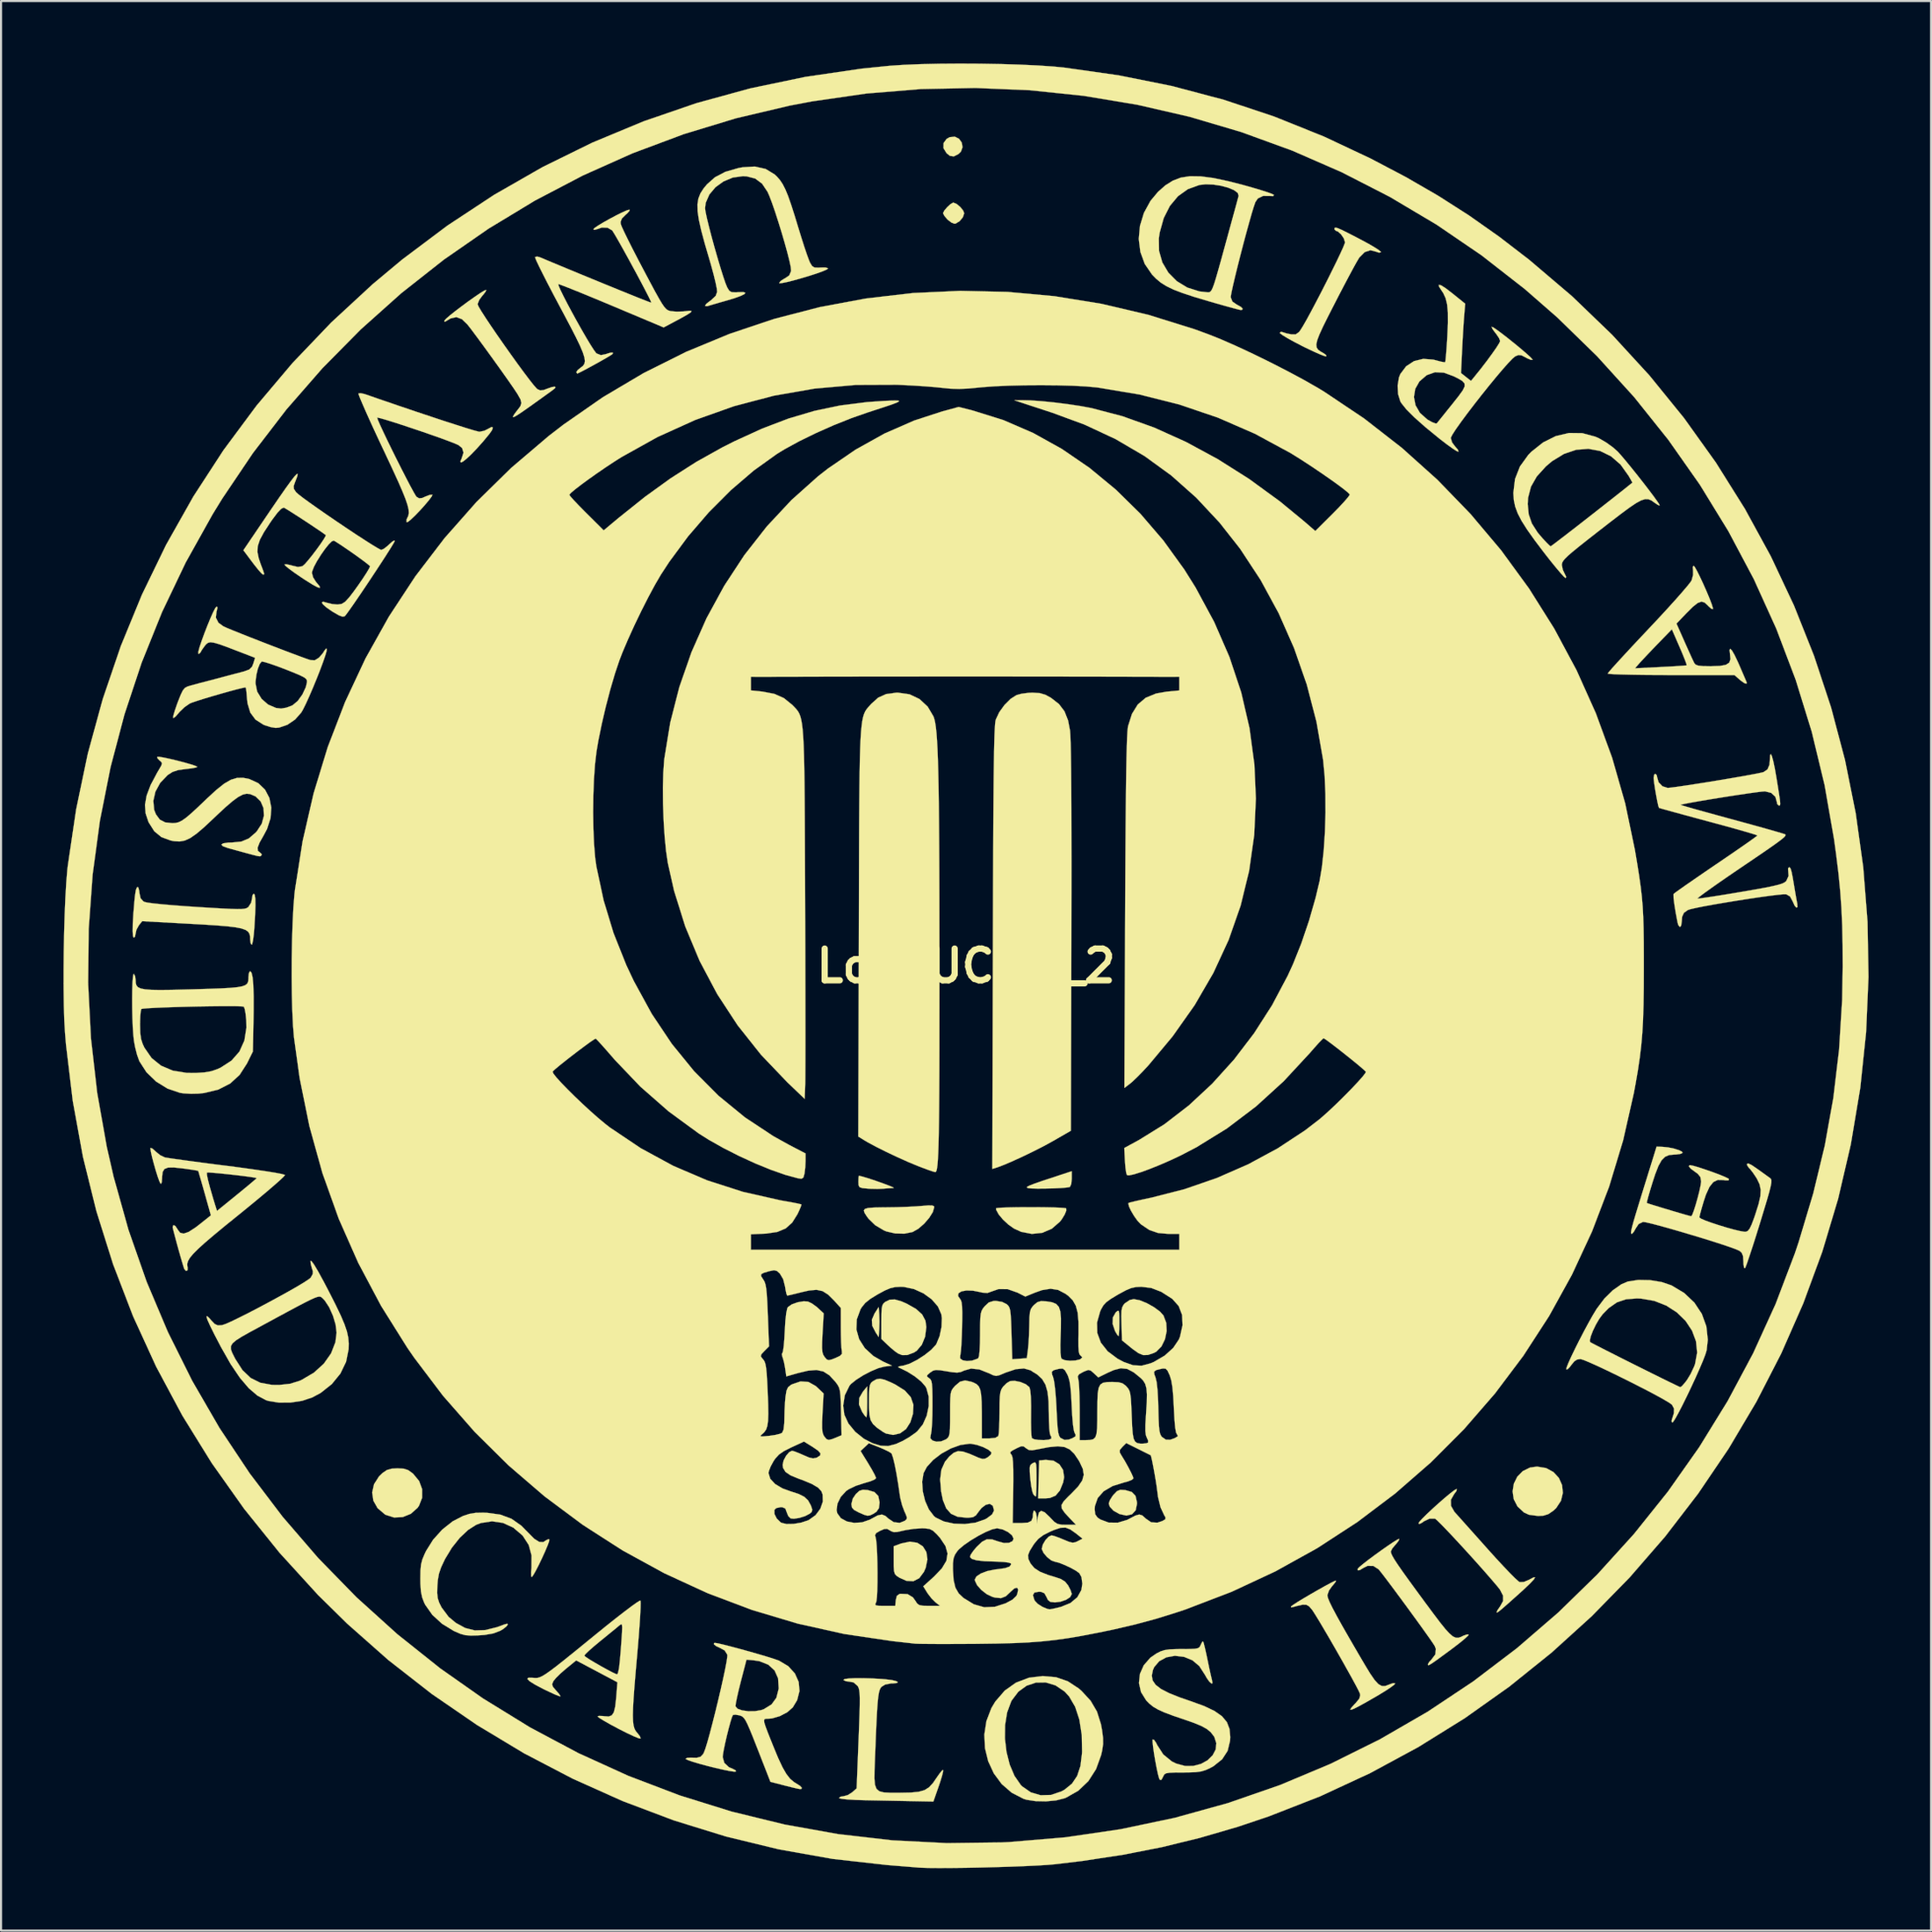
<source format=kicad_pcb>
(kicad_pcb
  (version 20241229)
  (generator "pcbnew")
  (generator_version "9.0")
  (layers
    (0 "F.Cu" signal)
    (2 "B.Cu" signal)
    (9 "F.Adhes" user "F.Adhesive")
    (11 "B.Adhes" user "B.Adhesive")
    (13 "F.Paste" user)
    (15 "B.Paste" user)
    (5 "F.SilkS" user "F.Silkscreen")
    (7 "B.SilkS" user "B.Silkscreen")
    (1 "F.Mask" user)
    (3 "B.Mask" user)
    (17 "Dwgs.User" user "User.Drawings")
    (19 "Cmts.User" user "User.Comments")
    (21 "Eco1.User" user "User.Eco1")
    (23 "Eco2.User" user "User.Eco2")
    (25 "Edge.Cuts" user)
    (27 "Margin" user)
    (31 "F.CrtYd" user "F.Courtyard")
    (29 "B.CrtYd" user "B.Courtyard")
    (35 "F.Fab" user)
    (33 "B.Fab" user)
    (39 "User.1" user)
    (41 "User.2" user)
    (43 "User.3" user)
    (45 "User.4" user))
  (footprint "LogoUC3M_2"
    (layer "F.Cu")
    (at 43.342 43.34)
    (property "Reference" "LogoUC3M_2" (at 0 0 0) (layer "F.SilkS") (effects (font (size 1.524 1.524) (thickness 0.3))))
    (attr through_hole)
    (fp_poly (pts (xy -4.165 16.743) (xy -4.154 17.081) (xy -4.163 17.428) (xy -4.165 17.462) (xy -4.191 17.822) (xy -4.333 17.611) (xy -4.501 17.284) (xy -4.52 16.993) (xy -4.394 16.697) (xy -4.383 16.679) (xy -4.191 16.383) (xy -4.165 16.743)) (stroke (width 0.01) (type solid)) (fill yes) (layer "F.SilkS"))
    (fp_poly (pts (xy -4.742 20.934) (xy -4.746 21.264) (xy -4.758 21.519) (xy -4.776 21.659) (xy -4.785 21.675) (xy -4.853 21.61) (xy -4.966 21.449) (xy -4.996 21.399) (xy -5.14 21.057) (xy -5.123 20.745) (xy -4.95 20.447) (xy -4.742 20.193) (xy -4.742 20.934)) (stroke (width 0.01) (type solid)) (fill yes) (layer "F.SilkS"))
    (fp_poly (pts (xy -0.334 -39.725) (xy -0.203 -39.543) (xy -0.166 -39.322) (xy -0.243 -39.106) (xy -0.358 -38.994) (xy -0.584 -38.878) (xy -0.771 -38.904) (xy -0.931 -39.031) (xy -1.08 -39.273) (xy -1.077 -39.517) (xy -0.931 -39.719) (xy -0.781 -39.802) (xy -0.534 -39.826) (xy -0.334 -39.725)) (stroke (width 0.01) (type solid)) (fill yes) (layer "F.SilkS"))
    (fp_poly (pts (xy 4.204 23.763) (xy 4.486 23.934) (xy 4.663 24.207) (xy 4.713 24.553) (xy 4.669 24.8) (xy 4.51 25.193) (xy 4.303 25.438) (xy 4.028 25.554) (xy 3.843 25.569) (xy 3.466 25.569) (xy 3.49 24.659) (xy 3.514 23.749) (xy 3.838 23.722) (xy 4.204 23.763)) (stroke (width 0.01) (type solid)) (fill yes) (layer "F.SilkS"))
    (fp_poly (pts (xy 7.357 16.657) (xy 7.365 16.872) (xy 7.366 17.132) (xy 7.361 17.439) (xy 7.348 17.667) (xy 7.33 17.776) (xy 7.326 17.78) (xy 7.264 17.713) (xy 7.167 17.55) (xy 7.157 17.53) (xy 7.043 17.19) (xy 7.055 16.88) (xy 7.19 16.643) (xy 7.197 16.637) (xy 7.282 16.566) (xy 7.332 16.564) (xy 7.357 16.657)) (stroke (width 0.01) (type solid)) (fill yes) (layer "F.SilkS"))
    (fp_poly (pts (xy -2.339 27.703) (xy -2.07 27.877) (xy -1.902 28.149) (xy -1.851 28.499) (xy -1.934 28.905) (xy -2.02 29.101) (xy -2.244 29.404) (xy -2.526 29.548) (xy -2.859 29.531) (xy -3.196 29.38) (xy -3.333 29.29) (xy -3.415 29.198) (xy -3.456 29.06) (xy -3.47 28.832) (xy -3.471 28.541) (xy -3.471 27.869) (xy -3.111 27.737) (xy -2.692 27.65) (xy -2.339 27.703)) (stroke (width 0.01) (type solid)) (fill yes) (layer "F.SilkS"))
    (fp_poly (pts (xy 5.08 10.223) (xy 5.057 10.473) (xy 4.994 10.61) (xy 4.974 10.621) (xy 4.812 10.647) (xy 4.528 10.668) (xy 4.172 10.684) (xy 3.792 10.693) (xy 3.436 10.695) (xy 3.152 10.688) (xy 3.006 10.674) (xy 2.928 10.648) (xy 2.937 10.609) (xy 3.049 10.548) (xy 3.28 10.458) (xy 3.647 10.331) (xy 3.916 10.242) (xy 5.08 9.858) (xy 5.08 10.223)) (stroke (width 0.01) (type solid)) (fill yes) (layer "F.SilkS"))
    (fp_poly (pts (xy 7.639 25.172) (xy 7.653 25.174) (xy 7.963 25.264) (xy 8.142 25.45) (xy 8.211 25.753) (xy 8.213 25.835) (xy 8.15 26.143) (xy 7.975 26.334) (xy 7.706 26.397) (xy 7.368 26.322) (xy 7.085 26.163) (xy 6.905 25.968) (xy 6.858 25.817) (xy 6.91 25.66) (xy 7.039 25.455) (xy 7.085 25.397) (xy 7.252 25.225) (xy 7.409 25.16) (xy 7.639 25.172)) (stroke (width 0.01) (type solid)) (fill yes) (layer "F.SilkS"))
    (fp_poly (pts (xy -0.452 -36.598) (xy -0.272 -36.448) (xy -0.131 -36.272) (xy -0.085 -36.147) (xy -0.15 -35.955) (xy -0.304 -35.77) (xy -0.488 -35.656) (xy -0.554 -35.645) (xy -0.7 -35.701) (xy -0.878 -35.838) (xy -0.893 -35.852) (xy -1.034 -36.018) (xy -1.1 -36.144) (xy -1.101 -36.153) (xy -1.043 -36.274) (xy -0.906 -36.437) (xy -0.746 -36.585) (xy -0.62 -36.659) (xy -0.608 -36.661) (xy -0.452 -36.598)) (stroke (width 0.01) (type solid)) (fill yes) (layer "F.SilkS"))
    (fp_poly (pts (xy -4.718 25.172) (xy -4.397 25.267) (xy -4.212 25.456) (xy -4.15 25.753) (xy -4.15 25.776) (xy -4.182 26.043) (xy -4.3 26.215) (xy -4.461 26.319) (xy -4.608 26.388) (xy -4.732 26.403) (xy -4.891 26.359) (xy -5.144 26.249) (xy -5.371 26.128) (xy -5.477 26.009) (xy -5.503 25.844) (xy -5.503 25.84) (xy -5.436 25.581) (xy -5.286 25.36) (xy -5.119 25.209) (xy -4.95 25.157) (xy -4.718 25.172)) (stroke (width 0.01) (type solid)) (fill yes) (layer "F.SilkS"))
    (fp_poly (pts (xy 3.341 23.856) (xy 3.37 23.944) (xy 3.383 24.135) (xy 3.387 24.456) (xy 3.387 24.635) (xy 3.384 24.991) (xy 3.376 25.274) (xy 3.364 25.447) (xy 3.355 25.485) (xy 3.281 25.429) (xy 3.236 25.379) (xy 3.187 25.247) (xy 3.137 24.997) (xy 3.095 24.679) (xy 3.09 24.625) (xy 3.063 24.294) (xy 3.061 24.091) (xy 3.093 23.976) (xy 3.163 23.907) (xy 3.208 23.881) (xy 3.289 23.844) (xy 3.341 23.856)) (stroke (width 0.01) (type solid)) (fill yes) (layer "F.SilkS"))
    (fp_poly (pts (xy 27.861 24.116) (xy 28.214 24.307) (xy 28.474 24.589) (xy 28.628 24.933) (xy 28.666 25.307) (xy 28.576 25.684) (xy 28.348 26.032) (xy 28.215 26.158) (xy 27.972 26.326) (xy 27.733 26.401) (xy 27.476 26.415) (xy 27.039 26.358) (xy 26.797 26.248) (xy 26.486 25.958) (xy 26.308 25.611) (xy 26.253 25.237) (xy 26.312 24.866) (xy 26.477 24.531) (xy 26.739 24.263) (xy 27.089 24.091) (xy 27.425 24.045) (xy 27.861 24.116)) (stroke (width 0.01) (type solid)) (fill yes) (layer "F.SilkS"))
    (fp_poly (pts (xy -5.004 10.108) (xy -4.772 10.176) (xy -4.485 10.269) (xy -4.179 10.374) (xy -3.888 10.478) (xy -3.648 10.57) (xy -3.497 10.636) (xy -3.468 10.664) (xy -3.471 10.664) (xy -3.708 10.677) (xy -3.979 10.699) (xy -3.979 10.699) (xy -4.245 10.71) (xy -4.574 10.703) (xy -4.72 10.694) (xy -4.978 10.669) (xy -5.11 10.626) (xy -5.158 10.533) (xy -5.165 10.367) (xy -5.159 10.174) (xy -5.146 10.079) (xy -5.144 10.077) (xy -5.004 10.108)) (stroke (width 0.01) (type solid)) (fill yes) (layer "F.SilkS"))
    (fp_poly (pts (xy -27.001 24.146) (xy -26.789 24.214) (xy -26.584 24.36) (xy -26.551 24.388) (xy -26.264 24.736) (xy -26.118 25.131) (xy -26.118 25.539) (xy -26.269 25.925) (xy -26.341 26.028) (xy -26.663 26.313) (xy -27.053 26.47) (xy -27.468 26.489) (xy -27.865 26.363) (xy -27.914 26.335) (xy -28.259 26.04) (xy -28.461 25.681) (xy -28.518 25.288) (xy -28.428 24.89) (xy -28.19 24.516) (xy -28.021 24.352) (xy -27.814 24.211) (xy -27.584 24.145) (xy -27.301 24.13) (xy -27.001 24.146)) (stroke (width 0.01) (type solid)) (fill yes) (layer "F.SilkS"))
    (fp_poly (pts (xy -3.099 16.109) (xy -2.85 16.218) (xy -2.402 16.47) (xy -2.106 16.737) (xy -1.946 17.039) (xy -1.905 17.344) (xy -1.962 17.804) (xy -2.121 18.195) (xy -2.364 18.481) (xy -2.508 18.572) (xy -2.819 18.687) (xy -3.067 18.69) (xy -3.26 18.613) (xy -3.42 18.501) (xy -3.635 18.32) (xy -3.747 18.217) (xy -4.064 17.915) (xy -4.064 17.09) (xy -4.061 16.706) (xy -4.047 16.454) (xy -4.014 16.297) (xy -3.956 16.201) (xy -3.876 16.134) (xy -3.658 16.028) (xy -3.412 16.019) (xy -3.099 16.109)) (stroke (width 0.01) (type solid)) (fill yes) (layer "F.SilkS"))
    (fp_poly (pts (xy 3.372 11.586) (xy 3.817 11.591) (xy 4.215 11.599) (xy 4.534 11.612) (xy 4.744 11.628) (xy 4.813 11.644) (xy 4.817 11.752) (xy 4.739 11.943) (xy 4.601 12.167) (xy 4.513 12.281) (xy 4.125 12.619) (xy 3.666 12.817) (xy 3.166 12.869) (xy 2.653 12.771) (xy 2.31 12.615) (xy 2.037 12.423) (xy 1.778 12.182) (xy 1.572 11.935) (xy 1.454 11.72) (xy 1.439 11.643) (xy 1.519 11.624) (xy 1.737 11.608) (xy 2.062 11.597) (xy 2.463 11.589) (xy 2.91 11.586) (xy 3.372 11.586)) (stroke (width 0.01) (type solid)) (fill yes) (layer "F.SilkS"))
    (fp_poly (pts (xy 8.34 16.055) (xy 8.68 16.193) (xy 9.024 16.385) (xy 9.314 16.598) (xy 9.485 16.788) (xy 9.618 17.141) (xy 9.638 17.536) (xy 9.557 17.929) (xy 9.388 18.274) (xy 9.14 18.524) (xy 9.022 18.588) (xy 8.744 18.682) (xy 8.518 18.691) (xy 8.29 18.601) (xy 8.009 18.402) (xy 7.941 18.347) (xy 7.493 17.982) (xy 7.468 17.192) (xy 7.46 16.813) (xy 7.469 16.562) (xy 7.502 16.398) (xy 7.564 16.28) (xy 7.631 16.202) (xy 7.868 16.042) (xy 8.061 16.002) (xy 8.34 16.055)) (stroke (width 0.01) (type solid)) (fill yes) (layer "F.SilkS"))
    (fp_poly (pts (xy -3.913 19.871) (xy -3.614 19.997) (xy -3.387 20.108) (xy -2.938 20.39) (xy -2.652 20.709) (xy -2.523 21.078) (xy -2.546 21.511) (xy -2.672 21.916) (xy -2.877 22.24) (xy -3.166 22.448) (xy -3.5 22.524) (xy -3.842 22.457) (xy -3.982 22.381) (xy -4.273 22.178) (xy -4.465 22.002) (xy -4.58 21.811) (xy -4.636 21.562) (xy -4.655 21.212) (xy -4.657 20.944) (xy -4.654 20.548) (xy -4.641 20.286) (xy -4.611 20.123) (xy -4.558 20.022) (xy -4.475 19.949) (xy -4.468 19.944) (xy -4.301 19.851) (xy -4.129 19.825) (xy -3.913 19.871)) (stroke (width 0.01) (type solid)) (fill yes) (layer "F.SilkS"))
    (fp_poly (pts (xy -1.619 11.504) (xy -1.536 11.541) (xy -1.524 11.579) (xy -1.59 11.816) (xy -1.765 12.097) (xy -2.009 12.38) (xy -2.287 12.621) (xy -2.561 12.777) (xy -2.567 12.779) (xy -2.954 12.858) (xy -3.399 12.847) (xy -3.818 12.752) (xy -3.937 12.703) (xy -4.36 12.452) (xy -4.676 12.145) (xy -4.765 12.025) (xy -4.87 11.86) (xy -4.906 11.744) (xy -4.854 11.669) (xy -4.695 11.624) (xy -4.409 11.603) (xy -3.978 11.595) (xy -3.831 11.594) (xy -3.348 11.587) (xy -2.86 11.571) (xy -2.425 11.549) (xy -2.138 11.527) (xy -1.81 11.501) (xy -1.619 11.504)) (stroke (width 0.01) (type solid)) (fill yes) (layer "F.SilkS"))
    (fp_poly (pts (xy 3.544 -13.102) (xy 3.818 -13.022) (xy 4.086 -12.874) (xy 4.465 -12.578) (xy 4.731 -12.229) (xy 4.904 -11.789) (xy 4.998 -11.3) (xy 5.013 -11.086) (xy 5.027 -10.706) (xy 5.039 -10.159) (xy 5.049 -9.449) (xy 5.056 -8.577) (xy 5.062 -7.545) (xy 5.065 -6.354) (xy 5.067 -5.007) (xy 5.066 -3.505) (xy 5.063 -1.85) (xy 5.062 -1.355) (xy 5.038 7.915) (xy 4.192 8.402) (xy 3.78 8.629) (xy 3.301 8.874) (xy 2.794 9.12) (xy 2.303 9.347) (xy 1.867 9.536) (xy 1.527 9.667) (xy 1.458 9.689) (xy 1.266 9.749) (xy 1.292 -0.861) (xy 1.297 -2.484) (xy 1.301 -3.944) (xy 1.307 -5.251) (xy 1.312 -6.413) (xy 1.318 -7.437) (xy 1.325 -8.33) (xy 1.332 -9.102) (xy 1.341 -9.76) (xy 1.35 -10.311) (xy 1.361 -10.765) (xy 1.372 -11.127) (xy 1.385 -11.408) (xy 1.399 -11.613) (xy 1.415 -11.752) (xy 1.431 -11.828) (xy 1.595 -12.18) (xy 1.847 -12.53) (xy 2.14 -12.824) (xy 2.426 -13.007) (xy 2.67 -13.073) (xy 2.994 -13.115) (xy 3.198 -13.123) (xy 3.544 -13.102)) (stroke (width 0.01) (type solid)) (fill yes) (layer "F.SilkS"))
    (fp_poly (pts (xy -39.751 -3.774) (xy -39.705 -3.603) (xy -39.693 -3.493) (xy -39.639 -3.246) (xy -39.507 -3.103) (xy -39.455 -3.075) (xy -39.313 -3.042) (xy -39.025 -3.003) (xy -38.614 -2.96) (xy -38.102 -2.915) (xy -37.511 -2.87) (xy -36.933 -2.831) (xy -36.247 -2.789) (xy -35.71 -2.758) (xy -35.301 -2.739) (xy -35.002 -2.73) (xy -34.791 -2.733) (xy -34.649 -2.747) (xy -34.556 -2.772) (xy -34.492 -2.809) (xy -34.457 -2.839) (xy -34.331 -3.036) (xy -34.29 -3.23) (xy -34.264 -3.403) (xy -34.205 -3.471) (xy -34.157 -3.413) (xy -34.131 -3.232) (xy -34.125 -2.916) (xy -34.14 -2.455) (xy -34.176 -1.841) (xy -34.206 -1.491) (xy -34.243 -1.215) (xy -34.281 -1.048) (xy -34.303 -1.016) (xy -34.355 -1.089) (xy -34.375 -1.254) (xy -34.381 -1.412) (xy -34.41 -1.541) (xy -34.479 -1.647) (xy -34.603 -1.731) (xy -34.797 -1.8) (xy -35.078 -1.855) (xy -35.462 -1.902) (xy -35.965 -1.944) (xy -36.601 -1.986) (xy -37.389 -2.03) (xy -37.551 -2.039) (xy -39.563 -2.148) (xy -39.72 -1.954) (xy -39.838 -1.741) (xy -39.878 -1.557) (xy -39.91 -1.402) (xy -39.969 -1.355) (xy -40.006 -1.436) (xy -40.021 -1.667) (xy -40.015 -2.031) (xy -39.987 -2.509) (xy -39.939 -3.085) (xy -39.911 -3.365) (xy -39.866 -3.648) (xy -39.808 -3.786) (xy -39.751 -3.774)) (stroke (width 0.01) (type solid)) (fill yes) (layer "F.SilkS"))
    (fp_poly (pts (xy 4.323 34.16) (xy 4.895 34.357) (xy 5.425 34.707) (xy 5.552 34.819) (xy 5.987 35.292) (xy 6.29 35.809) (xy 6.482 36.414) (xy 6.534 36.695) (xy 6.582 37.073) (xy 6.585 37.374) (xy 6.54 37.683) (xy 6.49 37.902) (xy 6.246 38.576) (xy 5.877 39.151) (xy 5.395 39.611) (xy 4.812 39.942) (xy 4.73 39.975) (xy 4.329 40.076) (xy 3.845 40.122) (xy 3.35 40.112) (xy 2.914 40.046) (xy 2.771 40.003) (xy 2.196 39.707) (xy 1.716 39.291) (xy 1.337 38.778) (xy 1.067 38.195) (xy 0.913 37.566) (xy 0.891 37.101) (xy 1.87 37.101) (xy 1.946 37.749) (xy 2.101 38.362) (xy 2.331 38.902) (xy 2.629 39.331) (xy 2.697 39.401) (xy 3.113 39.689) (xy 3.583 39.828) (xy 4.081 39.814) (xy 4.58 39.646) (xy 4.737 39.559) (xy 5.09 39.272) (xy 5.339 38.902) (xy 5.497 38.426) (xy 5.571 37.822) (xy 5.576 37.732) (xy 5.559 36.92) (xy 5.446 36.196) (xy 5.241 35.576) (xy 4.95 35.078) (xy 4.736 34.846) (xy 4.299 34.552) (xy 3.83 34.411) (xy 3.358 34.418) (xy 2.909 34.569) (xy 2.513 34.857) (xy 2.196 35.277) (xy 2.167 35.333) (xy 1.975 35.855) (xy 1.878 36.457) (xy 1.87 37.101) (xy 0.891 37.101) (xy 0.882 36.914) (xy 0.982 36.266) (xy 1.219 35.646) (xy 1.406 35.332) (xy 1.862 34.803) (xy 2.402 34.42) (xy 3.02 34.186) (xy 3.676 34.105) (xy 4.323 34.16)) (stroke (width 0.01) (type solid)) (fill yes) (layer "F.SilkS"))
    (fp_poly (pts (xy 23.571 25.123) (xy 23.557 25.214) (xy 23.45 25.36) (xy 23.443 25.368) (xy 23.288 25.639) (xy 23.294 25.932) (xy 23.461 26.221) (xy 23.47 26.231) (xy 23.584 26.357) (xy 23.792 26.589) (xy 24.075 26.906) (xy 24.416 27.288) (xy 24.796 27.713) (xy 25.05 27.999) (xy 25.44 28.431) (xy 25.8 28.82) (xy 26.114 29.149) (xy 26.364 29.4) (xy 26.533 29.553) (xy 26.592 29.593) (xy 26.793 29.585) (xy 27.05 29.476) (xy 27.054 29.473) (xy 27.259 29.366) (xy 27.333 29.362) (xy 27.277 29.459) (xy 27.092 29.657) (xy 26.78 29.954) (xy 26.606 30.111) (xy 26.204 30.472) (xy 25.909 30.733) (xy 25.707 30.907) (xy 25.581 31.009) (xy 25.513 31.051) (xy 25.487 31.049) (xy 25.485 31.036) (xy 25.532 30.931) (xy 25.648 30.765) (xy 25.654 30.757) (xy 25.795 30.499) (xy 25.793 30.241) (xy 25.645 29.953) (xy 25.54 29.819) (xy 25.247 29.474) (xy 24.905 29.082) (xy 24.531 28.661) (xy 24.143 28.231) (xy 23.759 27.811) (xy 23.398 27.422) (xy 23.076 27.081) (xy 22.812 26.808) (xy 22.623 26.623) (xy 22.527 26.545) (xy 22.525 26.544) (xy 22.264 26.544) (xy 21.983 26.678) (xy 21.916 26.731) (xy 21.789 26.797) (xy 21.731 26.777) (xy 21.774 26.699) (xy 21.919 26.538) (xy 22.141 26.318) (xy 22.412 26.063) (xy 22.705 25.799) (xy 22.993 25.548) (xy 23.249 25.335) (xy 23.446 25.185) (xy 23.558 25.122) (xy 23.571 25.123)) (stroke (width 0.01) (type solid)) (fill yes) (layer "F.SilkS"))
    (fp_poly (pts (xy 17.745 29.592) (xy 17.628 29.739) (xy 17.583 29.787) (xy 17.433 29.997) (xy 17.359 30.207) (xy 17.357 30.235) (xy 17.382 30.351) (xy 17.461 30.545) (xy 17.599 30.827) (xy 17.801 31.208) (xy 18.073 31.698) (xy 18.421 32.305) (xy 18.849 33.041) (xy 19.141 33.538) (xy 19.412 33.986) (xy 19.628 34.298) (xy 19.806 34.491) (xy 19.968 34.581) (xy 20.133 34.583) (xy 20.321 34.514) (xy 20.338 34.505) (xy 20.513 34.444) (xy 20.614 34.456) (xy 20.615 34.458) (xy 20.563 34.524) (xy 20.388 34.654) (xy 20.118 34.832) (xy 19.777 35.039) (xy 19.705 35.081) (xy 19.232 35.353) (xy 18.888 35.544) (xy 18.655 35.663) (xy 18.518 35.718) (xy 18.461 35.716) (xy 18.457 35.703) (xy 18.512 35.621) (xy 18.649 35.468) (xy 18.717 35.398) (xy 18.887 35.194) (xy 18.935 35.028) (xy 18.92 34.947) (xy 18.86 34.813) (xy 18.728 34.558) (xy 18.538 34.208) (xy 18.304 33.788) (xy 18.042 33.321) (xy 17.765 32.835) (xy 17.487 32.352) (xy 17.222 31.9) (xy 16.986 31.501) (xy 16.792 31.183) (xy 16.655 30.969) (xy 16.618 30.916) (xy 16.481 30.758) (xy 16.344 30.681) (xy 16.159 30.678) (xy 15.879 30.742) (xy 15.748 30.78) (xy 15.609 30.806) (xy 15.617 30.757) (xy 15.621 30.753) (xy 15.729 30.673) (xy 15.943 30.536) (xy 16.232 30.361) (xy 16.564 30.166) (xy 16.909 29.968) (xy 17.233 29.786) (xy 17.507 29.638) (xy 17.698 29.543) (xy 17.774 29.517) (xy 17.745 29.592)) (stroke (width 0.01) (type solid)) (fill yes) (layer "F.SilkS"))
    (fp_poly (pts (xy 20.811 27.516) (xy 20.774 27.615) (xy 20.65 27.771) (xy 20.621 27.801) (xy 20.476 27.974) (xy 20.406 28.113) (xy 20.405 28.127) (xy 20.42 28.207) (xy 20.471 28.323) (xy 20.567 28.491) (xy 20.718 28.723) (xy 20.934 29.035) (xy 21.224 29.441) (xy 21.598 29.954) (xy 22.028 30.54) (xy 22.439 31.094) (xy 22.765 31.525) (xy 23.021 31.844) (xy 23.223 32.064) (xy 23.384 32.2) (xy 23.521 32.262) (xy 23.647 32.266) (xy 23.777 32.223) (xy 23.886 32.168) (xy 24.057 32.108) (xy 24.144 32.107) (xy 24.113 32.165) (xy 23.966 32.302) (xy 23.727 32.5) (xy 23.415 32.74) (xy 23.32 32.811) (xy 22.902 33.119) (xy 22.602 33.338) (xy 22.399 33.48) (xy 22.274 33.558) (xy 22.21 33.584) (xy 22.186 33.57) (xy 22.183 33.545) (xy 22.239 33.437) (xy 22.35 33.318) (xy 22.542 33.064) (xy 22.565 32.799) (xy 22.513 32.663) (xy 22.431 32.534) (xy 22.265 32.293) (xy 22.031 31.964) (xy 21.749 31.571) (xy 21.434 31.138) (xy 21.105 30.687) (xy 20.778 30.244) (xy 20.472 29.831) (xy 20.203 29.473) (xy 19.989 29.193) (xy 19.847 29.015) (xy 19.814 28.977) (xy 19.563 28.815) (xy 19.286 28.811) (xy 19.087 28.911) (xy 18.911 29.018) (xy 18.813 29.025) (xy 18.81 28.958) (xy 18.886 28.875) (xy 19.066 28.724) (xy 19.321 28.525) (xy 19.622 28.301) (xy 19.941 28.071) (xy 20.247 27.856) (xy 20.513 27.677) (xy 20.709 27.556) (xy 20.806 27.513) (xy 20.811 27.516)) (stroke (width 0.01) (type solid)) (fill yes) (layer "F.SilkS"))
    (fp_poly (pts (xy 17.861 -35.43) (xy 18.044 -35.35) (xy 18.327 -35.211) (xy 18.73 -35.003) (xy 18.942 -34.893) (xy 19.314 -34.692) (xy 19.619 -34.515) (xy 19.833 -34.376) (xy 19.93 -34.291) (xy 19.932 -34.279) (xy 19.833 -34.255) (xy 19.718 -34.295) (xy 19.424 -34.371) (xy 19.148 -34.282) (xy 18.897 -34.029) (xy 18.874 -33.994) (xy 18.772 -33.824) (xy 18.608 -33.528) (xy 18.395 -33.132) (xy 18.147 -32.663) (xy 17.876 -32.144) (xy 17.694 -31.789) (xy 17.381 -31.176) (xy 17.142 -30.694) (xy 16.973 -30.325) (xy 16.869 -30.05) (xy 16.826 -29.849) (xy 16.84 -29.706) (xy 16.907 -29.599) (xy 17.022 -29.512) (xy 17.159 -29.436) (xy 17.292 -29.342) (xy 17.308 -29.275) (xy 17.305 -29.274) (xy 17.206 -29.294) (xy 16.986 -29.379) (xy 16.674 -29.517) (xy 16.299 -29.696) (xy 16.15 -29.77) (xy 15.764 -29.97) (xy 15.439 -30.15) (xy 15.203 -30.294) (xy 15.081 -30.387) (xy 15.071 -30.405) (xy 15.131 -30.457) (xy 15.219 -30.434) (xy 15.41 -30.375) (xy 15.631 -30.332) (xy 15.839 -30.334) (xy 15.99 -30.441) (xy 16.063 -30.536) (xy 16.186 -30.733) (xy 16.362 -31.041) (xy 16.576 -31.435) (xy 16.816 -31.889) (xy 17.071 -32.379) (xy 17.327 -32.881) (xy 17.571 -33.37) (xy 17.793 -33.822) (xy 17.979 -34.211) (xy 18.116 -34.514) (xy 18.192 -34.706) (xy 18.203 -34.755) (xy 18.148 -34.938) (xy 18.017 -35.132) (xy 17.86 -35.273) (xy 17.764 -35.306) (xy 17.698 -35.372) (xy 17.695 -35.397) (xy 17.707 -35.445) (xy 17.755 -35.459) (xy 17.861 -35.43)) (stroke (width 0.01) (type solid)) (fill yes) (layer "F.SilkS"))
    (fp_poly (pts (xy -23.041 -32.468) (xy -23.067 -32.387) (xy -23.181 -32.237) (xy -23.226 -32.189) (xy -23.375 -31.989) (xy -23.45 -31.8) (xy -23.453 -31.773) (xy -23.405 -31.662) (xy -23.271 -31.437) (xy -23.067 -31.119) (xy -22.809 -30.732) (xy -22.511 -30.296) (xy -22.189 -29.834) (xy -21.858 -29.367) (xy -21.535 -28.918) (xy -21.234 -28.508) (xy -20.971 -28.16) (xy -20.761 -27.894) (xy -20.62 -27.734) (xy -20.584 -27.702) (xy -20.447 -27.641) (xy -20.284 -27.658) (xy -20.104 -27.725) (xy -19.895 -27.798) (xy -19.76 -27.82) (xy -19.743 -27.814) (xy -19.721 -27.794) (xy -19.718 -27.772) (xy -19.756 -27.73) (xy -19.856 -27.651) (xy -20.039 -27.517) (xy -20.326 -27.311) (xy -20.532 -27.163) (xy -20.981 -26.842) (xy -21.311 -26.611) (xy -21.537 -26.46) (xy -21.676 -26.379) (xy -21.745 -26.356) (xy -21.759 -26.373) (xy -21.71 -26.471) (xy -21.586 -26.639) (xy -21.548 -26.685) (xy -21.403 -26.877) (xy -21.352 -27.035) (xy -21.396 -27.212) (xy -21.537 -27.462) (xy -21.575 -27.521) (xy -21.722 -27.742) (xy -21.948 -28.068) (xy -22.231 -28.47) (xy -22.551 -28.918) (xy -22.885 -29.381) (xy -23.212 -29.831) (xy -23.51 -30.236) (xy -23.757 -30.566) (xy -23.932 -30.792) (xy -23.936 -30.797) (xy -24.207 -31.061) (xy -24.472 -31.16) (xy -24.749 -31.099) (xy -24.884 -31.018) (xy -25.021 -30.936) (xy -25.054 -30.962) (xy -25.045 -30.996) (xy -24.968 -31.084) (xy -24.787 -31.241) (xy -24.53 -31.446) (xy -24.227 -31.676) (xy -23.907 -31.912) (xy -23.599 -32.13) (xy -23.334 -32.31) (xy -23.139 -32.43) (xy -23.044 -32.469) (xy -23.041 -32.468)) (stroke (width 0.01) (type solid)) (fill yes) (layer "F.SilkS"))
    (fp_poly (pts (xy -2.71 -13.045) (xy -2.23 -12.817) (xy -1.839 -12.453) (xy -1.56 -11.98) (xy -1.519 -11.857) (xy -1.481 -11.691) (xy -1.448 -11.472) (xy -1.418 -11.194) (xy -1.392 -10.846) (xy -1.369 -10.422) (xy -1.349 -9.912) (xy -1.332 -9.308) (xy -1.317 -8.601) (xy -1.305 -7.783) (xy -1.296 -6.847) (xy -1.288 -5.782) (xy -1.282 -4.581) (xy -1.278 -3.236) (xy -1.276 -1.737) (xy -1.274 -0.204) (xy -1.274 1.341) (xy -1.275 2.724) (xy -1.276 3.955) (xy -1.279 5.042) (xy -1.284 5.993) (xy -1.29 6.816) (xy -1.298 7.521) (xy -1.308 8.116) (xy -1.32 8.608) (xy -1.334 9.007) (xy -1.351 9.32) (xy -1.37 9.556) (xy -1.392 9.725) (xy -1.417 9.833) (xy -1.446 9.889) (xy -1.473 9.903) (xy -1.589 9.872) (xy -1.821 9.793) (xy -2.13 9.678) (xy -2.309 9.609) (xy -2.772 9.417) (xy -3.292 9.184) (xy -3.821 8.934) (xy -4.312 8.689) (xy -4.717 8.471) (xy -4.881 8.374) (xy -5.171 8.195) (xy -5.145 -1.596) (xy -5.141 -3.134) (xy -5.138 -4.511) (xy -5.134 -5.737) (xy -5.13 -6.823) (xy -5.124 -7.776) (xy -5.117 -8.606) (xy -5.108 -9.323) (xy -5.096 -9.936) (xy -5.081 -10.455) (xy -5.063 -10.888) (xy -5.04 -11.244) (xy -5.012 -11.535) (xy -4.98 -11.767) (xy -4.941 -11.952) (xy -4.897 -12.097) (xy -4.845 -12.214) (xy -4.787 -12.31) (xy -4.721 -12.395) (xy -4.646 -12.479) (xy -4.563 -12.57) (xy -4.549 -12.587) (xy -4.215 -12.886) (xy -3.831 -13.058) (xy -3.355 -13.122) (xy -3.259 -13.123) (xy -2.71 -13.045)) (stroke (width 0.01) (type solid)) (fill yes) (layer "F.SilkS"))
    (fp_poly (pts (xy -4.51 34.219) (xy -4.043 34.246) (xy -3.868 34.26) (xy -3.553 34.299) (xy -3.349 34.349) (xy -3.269 34.398) (xy -3.326 34.438) (xy -3.533 34.459) (xy -3.603 34.459) (xy -3.88 34.512) (xy -4.054 34.619) (xy -4.105 34.683) (xy -4.148 34.778) (xy -4.184 34.918) (xy -4.216 35.122) (xy -4.244 35.406) (xy -4.271 35.786) (xy -4.297 36.278) (xy -4.325 36.9) (xy -4.355 37.668) (xy -4.369 38.021) (xy -4.391 38.595) (xy -4.397 39.022) (xy -4.371 39.324) (xy -4.298 39.521) (xy -4.162 39.637) (xy -3.947 39.692) (xy -3.639 39.709) (xy -3.22 39.709) (xy -3.161 39.709) (xy -2.649 39.699) (xy -2.271 39.662) (xy -1.991 39.583) (xy -1.774 39.447) (xy -1.585 39.241) (xy -1.426 39.01) (xy -1.274 38.791) (xy -1.152 38.645) (xy -1.101 38.608) (xy -1.098 38.682) (xy -1.145 38.88) (xy -1.232 39.168) (xy -1.3 39.369) (xy -1.566 40.131) (xy -2.54 40.113) (xy -3.002 40.104) (xy -3.565 40.093) (xy -4.164 40.081) (xy -4.732 40.07) (xy -4.805 40.069) (xy -5.293 40.054) (xy -5.684 40.031) (xy -5.956 40.003) (xy -6.087 39.971) (xy -6.096 39.96) (xy -6.024 39.898) (xy -5.889 39.878) (xy -5.681 39.823) (xy -5.469 39.69) (xy -5.466 39.688) (xy -5.25 39.497) (xy -5.157 37.145) (xy -5.13 36.445) (xy -5.111 35.895) (xy -5.101 35.473) (xy -5.1 35.16) (xy -5.109 34.936) (xy -5.127 34.78) (xy -5.155 34.674) (xy -5.193 34.596) (xy -5.201 34.584) (xy -5.398 34.409) (xy -5.585 34.375) (xy -5.78 34.348) (xy -5.884 34.29) (xy -5.833 34.25) (xy -5.642 34.222) (xy -5.338 34.208) (xy -4.952 34.207) (xy -4.51 34.219)) (stroke (width 0.01) (type solid)) (fill yes) (layer "F.SilkS"))
    (fp_poly (pts (xy -22.987 26.266) (xy -22.357 26.353) (xy -21.827 26.551) (xy -21.355 26.882) (xy -21.026 27.217) (xy -20.731 27.514) (xy -20.492 27.663) (xy -20.296 27.67) (xy -20.169 27.586) (xy -20.053 27.529) (xy -20.009 27.546) (xy -20.022 27.638) (xy -20.097 27.842) (xy -20.215 28.122) (xy -20.36 28.44) (xy -20.513 28.76) (xy -20.659 29.043) (xy -20.778 29.253) (xy -20.854 29.353) (xy -20.854 29.353) (xy -20.882 29.301) (xy -20.885 29.122) (xy -20.867 28.9) (xy -20.863 28.311) (xy -21 27.808) (xy -21.281 27.373) (xy -21.304 27.347) (xy -21.741 26.976) (xy -22.236 26.749) (xy -22.762 26.672) (xy -23.293 26.753) (xy -23.518 26.838) (xy -23.91 27.086) (xy -24.312 27.465) (xy -24.69 27.94) (xy -25.015 28.476) (xy -25.029 28.504) (xy -25.207 28.881) (xy -25.312 29.19) (xy -25.367 29.506) (xy -25.387 29.765) (xy -25.396 30.113) (xy -25.371 30.361) (xy -25.3 30.58) (xy -25.185 30.81) (xy -24.846 31.263) (xy -24.496 31.553) (xy -24.051 31.796) (xy -23.593 31.911) (xy -23.093 31.897) (xy -22.523 31.757) (xy -22.162 31.623) (xy -22.026 31.59) (xy -22.005 31.635) (xy -22.081 31.731) (xy -22.233 31.85) (xy -22.373 31.932) (xy -22.7 32.057) (xy -23.115 32.129) (xy -23.41 32.151) (xy -23.773 32.161) (xy -24.035 32.143) (xy -24.266 32.082) (xy -24.534 31.967) (xy -24.61 31.931) (xy -25.164 31.592) (xy -25.629 31.165) (xy -25.969 30.683) (xy -26.022 30.577) (xy -26.119 30.322) (xy -26.176 30.041) (xy -26.201 29.679) (xy -26.204 29.42) (xy -26.198 29.031) (xy -26.171 28.748) (xy -26.11 28.508) (xy -26.001 28.247) (xy -25.928 28.094) (xy -25.591 27.556) (xy -25.152 27.069) (xy -24.652 26.673) (xy -24.154 26.415) (xy -23.841 26.314) (xy -23.545 26.265) (xy -23.19 26.258) (xy -22.987 26.266)) (stroke (width 0.01) (type solid)) (fill yes) (layer "F.SilkS"))
    (fp_poly (pts (xy -28.874 -27.463) (xy -28.848 -27.454) (xy -28.021 -27.168) (xy -27.211 -26.891) (xy -26.436 -26.629) (xy -25.712 -26.387) (xy -25.056 -26.17) (xy -24.482 -25.985) (xy -24.009 -25.835) (xy -23.652 -25.727) (xy -23.427 -25.666) (xy -23.36 -25.654) (xy -23.13 -25.703) (xy -22.958 -25.79) (xy -22.785 -25.883) (xy -22.72 -25.857) (xy -22.766 -25.725) (xy -22.889 -25.55) (xy -23.196 -25.179) (xy -23.492 -24.848) (xy -23.761 -24.569) (xy -23.989 -24.355) (xy -24.161 -24.22) (xy -24.263 -24.177) (xy -24.28 -24.238) (xy -24.222 -24.371) (xy -24.132 -24.653) (xy -24.2 -24.875) (xy -24.382 -25.018) (xy -24.559 -25.096) (xy -24.85 -25.209) (xy -25.228 -25.348) (xy -25.668 -25.503) (xy -26.143 -25.668) (xy -26.627 -25.831) (xy -27.093 -25.986) (xy -27.516 -26.122) (xy -27.87 -26.232) (xy -28.128 -26.305) (xy -28.264 -26.334) (xy -28.279 -26.331) (xy -28.242 -26.218) (xy -28.139 -25.982) (xy -27.985 -25.648) (xy -27.79 -25.241) (xy -27.57 -24.789) (xy -27.336 -24.317) (xy -27.101 -23.852) (xy -26.879 -23.418) (xy -26.683 -23.043) (xy -26.525 -22.753) (xy -26.419 -22.573) (xy -26.385 -22.529) (xy -26.264 -22.459) (xy -26.125 -22.472) (xy -25.949 -22.547) (xy -25.755 -22.621) (xy -25.636 -22.633) (xy -25.624 -22.624) (xy -25.663 -22.541) (xy -25.796 -22.363) (xy -26.002 -22.119) (xy -26.202 -21.896) (xy -26.455 -21.632) (xy -26.666 -21.432) (xy -26.812 -21.32) (xy -26.864 -21.307) (xy -26.867 -21.438) (xy -26.835 -21.509) (xy -26.782 -21.62) (xy -26.758 -21.751) (xy -26.769 -21.92) (xy -26.821 -22.141) (xy -26.919 -22.431) (xy -27.069 -22.805) (xy -27.276 -23.278) (xy -27.546 -23.868) (xy -27.883 -24.589) (xy -27.993 -24.821) (xy -28.283 -25.439) (xy -28.546 -26.008) (xy -28.773 -26.51) (xy -28.957 -26.928) (xy -29.091 -27.243) (xy -29.165 -27.437) (xy -29.176 -27.494) (xy -29.067 -27.506) (xy -28.874 -27.463)) (stroke (width 0.01) (type solid)) (fill yes) (layer "F.SilkS"))
    (fp_poly (pts (xy 11.276 -37.92) (xy 11.887 -37.839) (xy 12.615 -37.684) (xy 13.246 -37.523) (xy 13.727 -37.389) (xy 14.149 -37.264) (xy 14.484 -37.156) (xy 14.708 -37.074) (xy 14.794 -37.026) (xy 14.749 -36.971) (xy 14.61 -36.978) (xy 14.271 -36.982) (xy 14.018 -36.859) (xy 13.898 -36.683) (xy 13.824 -36.469) (xy 13.722 -36.135) (xy 13.6 -35.707) (xy 13.464 -35.213) (xy 13.321 -34.679) (xy 13.179 -34.133) (xy 13.045 -33.601) (xy 12.924 -33.11) (xy 12.825 -32.688) (xy 12.754 -32.362) (xy 12.718 -32.158) (xy 12.716 -32.11) (xy 12.797 -31.905) (xy 13.008 -31.76) (xy 13.018 -31.756) (xy 13.207 -31.65) (xy 13.292 -31.558) (xy 13.252 -31.506) (xy 13.187 -31.503) (xy 13.074 -31.528) (xy 12.828 -31.593) (xy 12.476 -31.69) (xy 12.046 -31.811) (xy 11.642 -31.928) (xy 10.955 -32.133) (xy 10.409 -32.313) (xy 9.978 -32.478) (xy 9.638 -32.64) (xy 9.364 -32.811) (xy 9.131 -33.003) (xy 8.936 -33.203) (xy 8.587 -33.712) (xy 8.376 -34.29) (xy 8.299 -34.909) (xy 8.302 -34.945) (xy 9.262 -34.945) (xy 9.271 -34.345) (xy 9.429 -33.789) (xy 9.72 -33.296) (xy 10.126 -32.887) (xy 10.628 -32.58) (xy 11.211 -32.396) (xy 11.606 -32.351) (xy 11.672 -32.353) (xy 11.729 -32.376) (xy 11.785 -32.439) (xy 11.845 -32.558) (xy 11.917 -32.753) (xy 12.007 -33.04) (xy 12.122 -33.439) (xy 12.269 -33.966) (xy 12.439 -34.585) (xy 12.602 -35.181) (xy 12.752 -35.729) (xy 12.883 -36.206) (xy 12.988 -36.589) (xy 13.06 -36.856) (xy 13.095 -36.984) (xy 13.095 -36.986) (xy 13.053 -37.124) (xy 12.875 -37.257) (xy 12.598 -37.375) (xy 12.255 -37.467) (xy 11.882 -37.525) (xy 11.513 -37.539) (xy 11.211 -37.506) (xy 10.66 -37.308) (xy 10.183 -36.968) (xy 9.791 -36.498) (xy 9.495 -35.912) (xy 9.304 -35.225) (xy 9.262 -34.945) (xy 8.302 -34.945) (xy 8.356 -35.543) (xy 8.545 -36.164) (xy 8.862 -36.744) (xy 9.221 -37.174) (xy 9.57 -37.484) (xy 9.929 -37.711) (xy 10.318 -37.859) (xy 10.76 -37.928) (xy 11.276 -37.92)) (stroke (width 0.01) (type solid)) (fill yes) (layer "F.SilkS"))
    (fp_poly (pts (xy 35.009 -19.147) (xy 35.118 -18.952) (xy 35.258 -18.671) (xy 35.413 -18.338) (xy 35.568 -17.989) (xy 35.706 -17.658) (xy 35.812 -17.382) (xy 35.871 -17.195) (xy 35.873 -17.134) (xy 35.792 -17.157) (xy 35.655 -17.279) (xy 35.623 -17.315) (xy 35.472 -17.454) (xy 35.321 -17.496) (xy 35.142 -17.431) (xy 34.912 -17.251) (xy 34.605 -16.946) (xy 34.598 -16.939) (xy 34.123 -16.441) (xy 34.512 -15.565) (xy 34.675 -15.199) (xy 34.82 -14.879) (xy 34.929 -14.644) (xy 34.979 -14.541) (xy 35.046 -14.467) (xy 35.175 -14.422) (xy 35.4 -14.399) (xy 35.758 -14.393) (xy 35.769 -14.393) (xy 36.203 -14.408) (xy 36.491 -14.46) (xy 36.655 -14.563) (xy 36.715 -14.73) (xy 36.696 -14.952) (xy 36.671 -15.168) (xy 36.702 -15.233) (xy 36.784 -15.153) (xy 36.912 -14.933) (xy 37.08 -14.58) (xy 37.13 -14.466) (xy 37.275 -14.13) (xy 37.394 -13.852) (xy 37.472 -13.669) (xy 37.493 -13.619) (xy 37.484 -13.55) (xy 37.376 -13.586) (xy 37.193 -13.718) (xy 37.143 -13.761) (xy 36.905 -13.97) (xy 33.862 -13.97) (xy 33.163 -13.972) (xy 32.521 -13.977) (xy 31.954 -13.986) (xy 31.481 -13.997) (xy 31.122 -14.01) (xy 30.895 -14.025) (xy 30.819 -14.041) (xy 30.875 -14.117) (xy 31.029 -14.295) (xy 32.131 -14.295) (xy 33.359 -14.355) (xy 33.795 -14.378) (xy 34.168 -14.4) (xy 34.445 -14.42) (xy 34.596 -14.435) (xy 34.615 -14.44) (xy 34.594 -14.522) (xy 34.518 -14.727) (xy 34.398 -15.021) (xy 34.272 -15.316) (xy 33.901 -16.167) (xy 33.225 -15.471) (xy 32.931 -15.165) (xy 32.66 -14.88) (xy 32.446 -14.651) (xy 32.34 -14.535) (xy 32.131 -14.295) (xy 31.029 -14.295) (xy 31.034 -14.301) (xy 31.284 -14.578) (xy 31.61 -14.933) (xy 31.998 -15.352) (xy 32.436 -15.819) (xy 32.775 -16.179) (xy 33.248 -16.682) (xy 33.687 -17.158) (xy 34.077 -17.589) (xy 34.403 -17.96) (xy 34.651 -18.252) (xy 34.807 -18.45) (xy 34.851 -18.522) (xy 34.919 -18.772) (xy 34.919 -19) (xy 34.917 -19.008) (xy 34.905 -19.164) (xy 34.946 -19.219) (xy 35.009 -19.147)) (stroke (width 0.01) (type solid)) (fill yes) (layer "F.SilkS"))
    (fp_poly (pts (xy -31.433 14.177) (xy -31.314 14.336) (xy -31.126 14.65) (xy -30.869 15.118) (xy -30.583 15.663) (xy -30.265 16.291) (xy -30.023 16.797) (xy -29.848 17.209) (xy -29.732 17.552) (xy -29.667 17.85) (xy -29.642 18.132) (xy -29.649 18.402) (xy -29.771 19.011) (xy -30.045 19.578) (xy -30.456 20.082) (xy -30.987 20.503) (xy -31.393 20.723) (xy -31.879 20.884) (xy -32.434 20.969) (xy -32.992 20.973) (xy -33.488 20.894) (xy -33.613 20.855) (xy -34.027 20.637) (xy -34.444 20.281) (xy -34.871 19.779) (xy -35.313 19.124) (xy -35.72 18.408) (xy -35.304 18.408) (xy -35.242 18.58) (xy -35.132 18.797) (xy -35.089 18.88) (xy -34.749 19.41) (xy -34.356 19.786) (xy -33.89 20.019) (xy -33.332 20.12) (xy -32.978 20.124) (xy -32.463 20.068) (xy -32.007 19.926) (xy -31.905 19.88) (xy -31.319 19.536) (xy -30.843 19.105) (xy -30.492 18.609) (xy -30.283 18.069) (xy -30.227 17.611) (xy -30.274 17.222) (xy -30.402 16.795) (xy -30.584 16.389) (xy -30.797 16.066) (xy -30.889 15.97) (xy -30.939 15.925) (xy -30.987 15.892) (xy -31.05 15.88) (xy -31.141 15.893) (xy -31.276 15.94) (xy -31.469 16.026) (xy -31.736 16.159) (xy -32.092 16.344) (xy -32.551 16.59) (xy -33.129 16.902) (xy -33.841 17.288) (xy -33.867 17.302) (xy -34.393 17.587) (xy -34.785 17.807) (xy -35.058 17.981) (xy -35.226 18.127) (xy -35.304 18.263) (xy -35.304 18.408) (xy -35.72 18.408) (xy -35.776 18.31) (xy -35.793 18.278) (xy -36.089 17.709) (xy -36.3 17.283) (xy -36.429 16.995) (xy -36.476 16.841) (xy -36.443 16.819) (xy -36.331 16.923) (xy -36.253 17.014) (xy -36.082 17.194) (xy -35.933 17.263) (xy -35.736 17.253) (xy -35.724 17.251) (xy -35.561 17.196) (xy -35.28 17.072) (xy -34.904 16.89) (xy -34.46 16.667) (xy -33.972 16.413) (xy -33.467 16.144) (xy -32.968 15.873) (xy -32.501 15.614) (xy -32.092 15.379) (xy -31.766 15.182) (xy -31.548 15.037) (xy -31.471 14.972) (xy -31.374 14.798) (xy -31.366 14.668) (xy -31.42 14.495) (xy -31.465 14.322) (xy -31.483 14.172) (xy -31.433 14.177)) (stroke (width 0.01) (type solid)) (fill yes) (layer "F.SilkS"))
    (fp_poly (pts (xy 29.599 -25.587) (xy 30.226 -25.418) (xy 30.402 -25.339) (xy 30.744 -25.141) (xy 31.08 -24.898) (xy 31.296 -24.706) (xy 31.469 -24.514) (xy 31.699 -24.242) (xy 31.967 -23.915) (xy 32.254 -23.557) (xy 32.54 -23.192) (xy 32.808 -22.845) (xy 33.037 -22.539) (xy 33.209 -22.3) (xy 33.306 -22.151) (xy 33.318 -22.114) (xy 33.236 -22.137) (xy 33.081 -22.238) (xy 33.055 -22.258) (xy 32.91 -22.359) (xy 32.769 -22.416) (xy 32.614 -22.418) (xy 32.426 -22.359) (xy 32.184 -22.228) (xy 31.87 -22.017) (xy 31.464 -21.717) (xy 30.947 -21.321) (xy 30.903 -21.287) (xy 30.288 -20.809) (xy 29.794 -20.422) (xy 29.408 -20.115) (xy 29.116 -19.876) (xy 28.906 -19.693) (xy 28.765 -19.554) (xy 28.679 -19.448) (xy 28.634 -19.363) (xy 28.619 -19.288) (xy 28.617 -19.254) (xy 28.664 -19.024) (xy 28.754 -18.835) (xy 28.827 -18.685) (xy 28.799 -18.627) (xy 28.72 -18.691) (xy 28.557 -18.868) (xy 28.329 -19.138) (xy 28.052 -19.479) (xy 27.775 -19.833) (xy 27.315 -20.441) (xy 26.956 -20.946) (xy 26.687 -21.369) (xy 26.498 -21.734) (xy 26.376 -22.062) (xy 26.351 -22.183) (xy 26.978 -22.183) (xy 27.025 -21.691) (xy 27.177 -21.25) (xy 27.454 -20.815) (xy 27.703 -20.523) (xy 27.89 -20.326) (xy 28.027 -20.191) (xy 28.078 -20.151) (xy 28.151 -20.201) (xy 28.338 -20.341) (xy 28.621 -20.557) (xy 28.981 -20.834) (xy 29.399 -21.158) (xy 29.697 -21.391) (xy 30.168 -21.759) (xy 30.615 -22.11) (xy 31.014 -22.423) (xy 31.341 -22.681) (xy 31.572 -22.863) (xy 31.646 -22.922) (xy 32.007 -23.213) (xy 31.824 -23.538) (xy 31.436 -24.081) (xy 30.973 -24.48) (xy 30.453 -24.732) (xy 29.893 -24.836) (xy 29.31 -24.79) (xy 28.721 -24.591) (xy 28.144 -24.239) (xy 27.85 -23.989) (xy 27.413 -23.507) (xy 27.133 -23.015) (xy 26.996 -22.486) (xy 26.978 -22.183) (xy 26.351 -22.183) (xy 26.311 -22.377) (xy 26.29 -22.699) (xy 26.29 -22.729) (xy 26.369 -23.388) (xy 26.606 -23.989) (xy 27.003 -24.539) (xy 27.151 -24.692) (xy 27.718 -25.143) (xy 28.327 -25.446) (xy 28.96 -25.595) (xy 29.599 -25.587)) (stroke (width 0.01) (type solid)) (fill yes) (layer "F.SilkS"))
    (fp_poly (pts (xy -34.311 0.327) (xy -34.26 0.549) (xy -34.227 0.925) (xy -34.21 1.458) (xy -34.211 2.153) (xy -34.217 2.561) (xy -34.248 4.111) (xy -34.531 4.685) (xy -34.883 5.231) (xy -35.339 5.648) (xy -35.904 5.937) (xy -36.581 6.102) (xy -36.863 6.133) (xy -37.217 6.141) (xy -37.567 6.121) (xy -37.745 6.095) (xy -38.349 5.89) (xy -38.897 5.551) (xy -39.356 5.108) (xy -39.691 4.588) (xy -39.715 4.535) (xy -39.813 4.255) (xy -39.904 3.893) (xy -39.96 3.589) (xy -39.991 3.292) (xy -40.016 2.911) (xy -40.019 2.824) (xy -39.666 2.824) (xy -39.656 3.217) (xy -39.618 3.504) (xy -39.539 3.75) (xy -39.454 3.93) (xy -39.112 4.423) (xy -38.659 4.789) (xy -38.096 5.028) (xy -37.425 5.137) (xy -36.992 5.141) (xy -36.568 5.113) (xy -36.245 5.056) (xy -35.953 4.956) (xy -35.788 4.88) (xy -35.271 4.544) (xy -34.893 4.112) (xy -34.655 3.585) (xy -34.558 2.968) (xy -34.565 2.607) (xy -34.596 2.305) (xy -34.637 2.073) (xy -34.68 1.959) (xy -34.681 1.958) (xy -34.783 1.943) (xy -35.028 1.934) (xy -35.389 1.931) (xy -35.84 1.933) (xy -36.355 1.939) (xy -36.907 1.948) (xy -37.47 1.961) (xy -38.018 1.977) (xy -38.524 1.994) (xy -38.962 2.013) (xy -39.306 2.033) (xy -39.529 2.052) (xy -39.605 2.069) (xy -39.633 2.177) (xy -39.655 2.41) (xy -39.666 2.724) (xy -39.666 2.824) (xy -40.019 2.824) (xy -40.033 2.476) (xy -40.043 2.017) (xy -40.045 1.564) (xy -40.04 1.145) (xy -40.028 0.79) (xy -40.008 0.53) (xy -39.981 0.393) (xy -39.963 0.381) (xy -39.901 0.496) (xy -39.878 0.68) (xy -39.871 0.823) (xy -39.839 0.935) (xy -39.764 1.022) (xy -39.63 1.084) (xy -39.419 1.125) (xy -39.116 1.148) (xy -38.702 1.155) (xy -38.16 1.149) (xy -37.474 1.132) (xy -37.106 1.122) (xy -36.368 1.1) (xy -35.782 1.079) (xy -35.33 1.054) (xy -34.994 1.022) (xy -34.759 0.979) (xy -34.605 0.921) (xy -34.515 0.844) (xy -34.473 0.745) (xy -34.46 0.619) (xy -34.459 0.54) (xy -34.439 0.348) (xy -34.388 0.256) (xy -34.38 0.254) (xy -34.311 0.327)) (stroke (width 0.01) (type solid)) (fill yes) (layer "F.SilkS"))
    (fp_poly (pts (xy 32.856 15.091) (xy 33.42 15.184) (xy 33.881 15.341) (xy 34.49 15.705) (xy 34.98 16.167) (xy 35.339 16.709) (xy 35.558 17.311) (xy 35.627 17.953) (xy 35.57 18.464) (xy 35.51 18.661) (xy 35.394 18.961) (xy 35.234 19.337) (xy 35.044 19.765) (xy 34.836 20.215) (xy 34.622 20.663) (xy 34.416 21.081) (xy 34.23 21.442) (xy 34.076 21.721) (xy 33.968 21.89) (xy 33.925 21.929) (xy 33.885 21.866) (xy 33.9 21.794) (xy 33.998 21.479) (xy 34.003 21.258) (xy 33.913 21.087) (xy 33.898 21.069) (xy 33.773 20.977) (xy 33.522 20.827) (xy 33.169 20.632) (xy 32.74 20.404) (xy 32.258 20.156) (xy 31.75 19.899) (xy 31.239 19.647) (xy 30.75 19.411) (xy 30.309 19.204) (xy 29.94 19.039) (xy 29.668 18.927) (xy 29.518 18.881) (xy 29.51 18.881) (xy 29.35 18.902) (xy 29.215 18.991) (xy 29.059 19.182) (xy 29.002 19.262) (xy 28.894 19.37) (xy 28.829 19.375) (xy 28.846 19.283) (xy 28.93 19.07) (xy 29.069 18.764) (xy 29.248 18.392) (xy 29.45 17.988) (xy 29.961 17.988) (xy 29.978 18.066) (xy 30.065 18.115) (xy 30.279 18.227) (xy 30.597 18.39) (xy 30.996 18.592) (xy 31.451 18.822) (xy 31.94 19.067) (xy 32.438 19.316) (xy 32.922 19.557) (xy 33.369 19.778) (xy 33.755 19.968) (xy 34.056 20.114) (xy 34.25 20.205) (xy 34.311 20.231) (xy 34.392 20.171) (xy 34.531 20.012) (xy 34.623 19.891) (xy 34.805 19.591) (xy 34.968 19.244) (xy 35.015 19.117) (xy 35.115 18.57) (xy 35.061 18.03) (xy 34.871 17.517) (xy 34.56 17.047) (xy 34.143 16.641) (xy 33.638 16.315) (xy 33.06 16.087) (xy 32.426 15.976) (xy 32.216 15.968) (xy 31.695 16.01) (xy 31.262 16.157) (xy 30.87 16.43) (xy 30.576 16.729) (xy 30.411 16.953) (xy 30.248 17.232) (xy 30.107 17.526) (xy 30.005 17.792) (xy 29.961 17.988) (xy 29.45 17.988) (xy 29.454 17.981) (xy 29.673 17.559) (xy 29.891 17.153) (xy 30.094 16.791) (xy 30.27 16.5) (xy 30.292 16.465) (xy 30.657 15.979) (xy 31.063 15.578) (xy 31.477 15.288) (xy 31.786 15.157) (xy 32.287 15.08) (xy 32.856 15.091)) (stroke (width 0.01) (type solid)) (fill yes) (layer "F.SilkS"))
    (fp_poly (pts (xy 11.421 32.537) (xy 11.477 32.76) (xy 11.548 33.075) (xy 11.6 33.322) (xy 11.677 33.694) (xy 11.747 34.014) (xy 11.799 34.238) (xy 11.818 34.311) (xy 11.839 34.448) (xy 11.787 34.462) (xy 11.687 34.372) (xy 11.56 34.194) (xy 11.477 34.044) (xy 11.206 33.626) (xy 10.876 33.347) (xy 10.474 33.183) (xy 10.034 33.131) (xy 9.625 33.205) (xy 9.282 33.39) (xy 9.041 33.671) (xy 8.978 33.814) (xy 8.925 34.08) (xy 8.964 34.313) (xy 9.108 34.525) (xy 9.37 34.727) (xy 9.762 34.928) (xy 10.299 35.141) (xy 10.786 35.308) (xy 11.437 35.544) (xy 11.935 35.781) (xy 12.294 36.033) (xy 12.53 36.316) (xy 12.657 36.645) (xy 12.692 37.034) (xy 12.682 37.212) (xy 12.566 37.695) (xy 12.304 38.1) (xy 11.89 38.43) (xy 11.722 38.523) (xy 11.505 38.622) (xy 11.297 38.685) (xy 11.048 38.719) (xy 10.711 38.733) (xy 10.424 38.735) (xy 10.029 38.737) (xy 9.77 38.748) (xy 9.615 38.774) (xy 9.531 38.822) (xy 9.485 38.898) (xy 9.474 38.925) (xy 9.387 39.09) (xy 9.311 39.088) (xy 9.273 39.01) (xy 9.215 38.795) (xy 9.151 38.494) (xy 9.086 38.148) (xy 9.028 37.799) (xy 8.985 37.488) (xy 8.961 37.257) (xy 8.965 37.147) (xy 8.967 37.145) (xy 9.036 37.172) (xy 9.136 37.319) (xy 9.182 37.414) (xy 9.475 37.869) (xy 9.884 38.203) (xy 10.094 38.307) (xy 10.515 38.421) (xy 10.92 38.42) (xy 11.29 38.323) (xy 11.605 38.147) (xy 11.845 37.912) (xy 11.992 37.633) (xy 12.024 37.33) (xy 11.924 37.02) (xy 11.748 36.793) (xy 11.562 36.643) (xy 11.304 36.501) (xy 10.94 36.351) (xy 10.499 36.197) (xy 9.947 36.009) (xy 9.531 35.853) (xy 9.219 35.711) (xy 8.983 35.572) (xy 8.795 35.418) (xy 8.653 35.27) (xy 8.405 34.873) (xy 8.308 34.44) (xy 8.354 34.002) (xy 8.537 33.588) (xy 8.851 33.226) (xy 9.147 33.02) (xy 9.347 32.919) (xy 9.542 32.857) (xy 9.781 32.823) (xy 10.113 32.81) (xy 10.362 32.808) (xy 10.745 32.806) (xy 10.993 32.795) (xy 11.139 32.767) (xy 11.219 32.714) (xy 11.264 32.63) (xy 11.274 32.606) (xy 11.342 32.468) (xy 11.388 32.442) (xy 11.421 32.537)) (stroke (width 0.01) (type solid)) (fill yes) (layer "F.SilkS"))
    (fp_poly (pts (xy -38.526 -10.007) (xy -38.228 -9.943) (xy -37.89 -9.862) (xy -37.55 -9.774) (xy -37.248 -9.688) (xy -37.024 -9.616) (xy -36.918 -9.566) (xy -36.915 -9.559) (xy -36.992 -9.526) (xy -37.194 -9.488) (xy -37.478 -9.455) (xy -37.481 -9.454) (xy -37.843 -9.404) (xy -38.103 -9.319) (xy -38.328 -9.176) (xy -38.349 -9.159) (xy -38.699 -8.792) (xy -38.929 -8.37) (xy -39.029 -7.927) (xy -38.988 -7.496) (xy -38.903 -7.28) (xy -38.717 -7.027) (xy -38.459 -6.894) (xy -38.117 -6.858) (xy -37.959 -6.867) (xy -37.811 -6.902) (xy -37.651 -6.981) (xy -37.458 -7.117) (xy -37.211 -7.326) (xy -36.888 -7.623) (xy -36.468 -8.025) (xy -36.449 -8.043) (xy -35.998 -8.458) (xy -35.626 -8.754) (xy -35.306 -8.94) (xy -35.012 -9.03) (xy -34.718 -9.036) (xy -34.417 -8.975) (xy -33.986 -8.776) (xy -33.663 -8.465) (xy -33.454 -8.066) (xy -33.363 -7.603) (xy -33.399 -7.099) (xy -33.566 -6.578) (xy -33.727 -6.274) (xy -33.926 -5.924) (xy -34.019 -5.683) (xy -34.009 -5.53) (xy -33.909 -5.449) (xy -33.824 -5.37) (xy -33.83 -5.325) (xy -33.861 -5.282) (xy -33.91 -5.264) (xy -34.013 -5.276) (xy -34.205 -5.323) (xy -34.524 -5.409) (xy -34.544 -5.414) (xy -34.897 -5.511) (xy -35.245 -5.606) (xy -35.457 -5.665) (xy -35.69 -5.751) (xy -35.76 -5.828) (xy -35.674 -5.887) (xy -35.437 -5.922) (xy -35.254 -5.927) (xy -34.803 -5.971) (xy -34.441 -6.123) (xy -34.11 -6.408) (xy -34.053 -6.471) (xy -33.82 -6.832) (xy -33.717 -7.212) (xy -33.736 -7.579) (xy -33.872 -7.899) (xy -34.119 -8.142) (xy -34.387 -8.256) (xy -34.552 -8.271) (xy -34.733 -8.229) (xy -34.948 -8.116) (xy -35.215 -7.921) (xy -35.555 -7.63) (xy -35.985 -7.23) (xy -36.144 -7.078) (xy -36.594 -6.657) (xy -36.956 -6.349) (xy -37.256 -6.141) (xy -37.519 -6.021) (xy -37.77 -5.976) (xy -38.034 -5.992) (xy -38.197 -6.024) (xy -38.641 -6.188) (xy -38.982 -6.468) (xy -39.247 -6.887) (xy -39.265 -6.924) (xy -39.399 -7.325) (xy -39.429 -7.737) (xy -39.35 -8.184) (xy -39.157 -8.691) (xy -38.844 -9.281) (xy -38.76 -9.423) (xy -38.644 -9.625) (xy -38.613 -9.737) (xy -38.664 -9.815) (xy -38.729 -9.867) (xy -38.834 -9.978) (xy -38.838 -10.042) (xy -38.742 -10.043) (xy -38.526 -10.007)) (stroke (width 0.01) (type solid)) (fill yes) (layer "F.SilkS"))
    (fp_poly (pts (xy -9.627 -38.278) (xy -9.193 -38.016) (xy -9.078 -37.908) (xy -8.934 -37.742) (xy -8.804 -37.548) (xy -8.678 -37.302) (xy -8.545 -36.981) (xy -8.398 -36.562) (xy -8.225 -36.022) (xy -8.054 -35.46) (xy -7.905 -34.976) (xy -7.763 -34.531) (xy -7.637 -34.159) (xy -7.539 -33.891) (xy -7.492 -33.779) (xy -7.39 -33.613) (xy -7.272 -33.542) (xy -7.074 -33.535) (xy -6.978 -33.542) (xy -6.747 -33.544) (xy -6.635 -33.51) (xy -6.631 -33.488) (xy -6.718 -33.43) (xy -6.927 -33.343) (xy -7.225 -33.239) (xy -7.578 -33.126) (xy -7.951 -33.015) (xy -8.311 -32.915) (xy -8.623 -32.838) (xy -8.852 -32.793) (xy -8.966 -32.789) (xy -8.973 -32.798) (xy -8.902 -32.893) (xy -8.731 -33.004) (xy -8.698 -33.02) (xy -8.49 -33.16) (xy -8.405 -33.357) (xy -8.399 -33.402) (xy -8.416 -33.57) (xy -8.48 -33.868) (xy -8.58 -34.265) (xy -8.708 -34.729) (xy -8.855 -35.23) (xy -9.011 -35.736) (xy -9.167 -36.219) (xy -9.315 -36.645) (xy -9.444 -36.985) (xy -9.53 -37.178) (xy -9.794 -37.572) (xy -10.123 -37.815) (xy -10.537 -37.922) (xy -10.715 -37.93) (xy -11.197 -37.863) (xy -11.646 -37.677) (xy -12.032 -37.397) (xy -12.325 -37.048) (xy -12.498 -36.654) (xy -12.531 -36.392) (xy -12.507 -36.212) (xy -12.441 -35.902) (xy -12.341 -35.495) (xy -12.218 -35.022) (xy -12.079 -34.514) (xy -11.933 -34.005) (xy -11.79 -33.525) (xy -11.659 -33.107) (xy -11.548 -32.783) (xy -11.466 -32.584) (xy -11.465 -32.582) (xy -11.366 -32.423) (xy -11.246 -32.356) (xy -11.043 -32.35) (xy -10.958 -32.356) (xy -10.697 -32.363) (xy -10.594 -32.331) (xy -10.641 -32.266) (xy -10.832 -32.173) (xy -11.161 -32.056) (xy -11.451 -31.969) (xy -11.819 -31.864) (xy -12.131 -31.774) (xy -12.348 -31.709) (xy -12.425 -31.685) (xy -12.519 -31.693) (xy -12.527 -31.72) (xy -12.46 -31.808) (xy -12.298 -31.933) (xy -12.252 -31.963) (xy -12.02 -32.182) (xy -11.953 -32.37) (xy -11.967 -32.53) (xy -12.025 -32.818) (xy -12.118 -33.2) (xy -12.238 -33.643) (xy -12.32 -33.925) (xy -12.544 -34.692) (xy -12.713 -35.32) (xy -12.827 -35.829) (xy -12.888 -36.242) (xy -12.895 -36.578) (xy -12.85 -36.858) (xy -12.753 -37.104) (xy -12.605 -37.335) (xy -12.439 -37.537) (xy -12.051 -37.88) (xy -11.558 -38.137) (xy -10.937 -38.317) (xy -10.733 -38.356) (xy -10.14 -38.392) (xy -9.627 -38.278)) (stroke (width 0.01) (type solid)) (fill yes) (layer "F.SilkS"))
    (fp_poly (pts (xy -39.083 8.765) (xy -38.943 8.884) (xy -38.912 8.916) (xy -38.703 9.087) (xy -38.48 9.194) (xy -38.474 9.196) (xy -38.335 9.22) (xy -38.051 9.263) (xy -37.642 9.32) (xy -37.13 9.389) (xy -36.539 9.467) (xy -35.889 9.552) (xy -35.489 9.602) (xy -34.77 9.696) (xy -34.133 9.784) (xy -33.594 9.864) (xy -33.168 9.934) (xy -32.872 9.991) (xy -32.722 10.032) (xy -32.706 10.043) (xy -32.763 10.116) (xy -32.936 10.281) (xy -33.213 10.526) (xy -33.577 10.838) (xy -34.014 11.204) (xy -34.509 11.611) (xy -34.922 11.947) (xy -35.585 12.483) (xy -36.124 12.929) (xy -36.551 13.293) (xy -36.878 13.589) (xy -37.115 13.828) (xy -37.274 14.02) (xy -37.365 14.179) (xy -37.401 14.314) (xy -37.391 14.439) (xy -37.38 14.48) (xy -37.384 14.615) (xy -37.462 14.647) (xy -37.546 14.549) (xy -37.548 14.541) (xy -37.611 14.341) (xy -37.697 14.048) (xy -37.796 13.7) (xy -37.896 13.339) (xy -37.986 13.003) (xy -38.057 12.733) (xy -38.096 12.568) (xy -38.1 12.539) (xy -38.063 12.448) (xy -37.975 12.485) (xy -37.873 12.633) (xy -37.861 12.658) (xy -37.741 12.817) (xy -37.569 12.856) (xy -37.329 12.773) (xy -37.005 12.563) (xy -36.822 12.423) (xy -36.264 11.977) (xy -36.561 10.92) (xy -36.673 10.524) (xy -36.768 10.192) (xy -36.816 10.03) (xy -36.455 10.03) (xy -36.404 10.279) (xy -36.305 10.656) (xy -36.163 11.145) (xy -36.057 11.492) (xy -35.971 11.766) (xy -35.01 10.985) (xy -34.673 10.709) (xy -34.389 10.474) (xy -34.182 10.298) (xy -34.074 10.202) (xy -34.064 10.189) (xy -34.158 10.166) (xy -34.383 10.131) (xy -34.699 10.089) (xy -35.071 10.045) (xy -35.461 10.002) (xy -35.832 9.964) (xy -36.145 9.936) (xy -36.365 9.921) (xy -36.454 9.925) (xy -36.455 10.03) (xy -36.816 10.03) (xy -36.837 9.955) (xy -36.872 9.845) (xy -36.874 9.841) (xy -36.959 9.821) (xy -37.173 9.786) (xy -37.476 9.743) (xy -37.621 9.724) (xy -38.042 9.68) (xy -38.324 9.685) (xy -38.495 9.752) (xy -38.58 9.893) (xy -38.607 10.12) (xy -38.608 10.187) (xy -38.623 10.392) (xy -38.664 10.463) (xy -38.683 10.452) (xy -38.741 10.337) (xy -38.822 10.109) (xy -38.915 9.812) (xy -39.008 9.486) (xy -39.09 9.175) (xy -39.147 8.921) (xy -39.169 8.766) (xy -39.163 8.74) (xy -39.083 8.765)) (stroke (width 0.01) (type solid)) (fill yes) (layer "F.SilkS"))
    (fp_poly (pts (xy -15.624 30.576) (xy -15.628 30.821) (xy -15.646 31.192) (xy -15.677 31.666) (xy -15.718 32.221) (xy -15.77 32.837) (xy -15.783 32.989) (xy -15.86 33.861) (xy -15.92 34.58) (xy -15.963 35.164) (xy -15.989 35.629) (xy -15.998 35.991) (xy -15.99 36.266) (xy -15.965 36.472) (xy -15.923 36.624) (xy -15.864 36.739) (xy -15.788 36.833) (xy -15.783 36.837) (xy -15.66 36.994) (xy -15.626 37.097) (xy -15.635 37.108) (xy -15.732 37.087) (xy -15.948 36.999) (xy -16.253 36.856) (xy -16.617 36.673) (xy -16.699 36.631) (xy -17.066 36.434) (xy -17.372 36.261) (xy -17.59 36.128) (xy -17.69 36.053) (xy -17.694 36.046) (xy -17.621 36.017) (xy -17.438 36.024) (xy -17.365 36.034) (xy -17.157 36.047) (xy -17.01 35.991) (xy -16.912 35.843) (xy -16.847 35.578) (xy -16.801 35.174) (xy -16.792 35.066) (xy -16.741 34.402) (xy -17.731 33.877) (xy -18.721 33.353) (xy -19.216 33.758) (xy -19.474 33.982) (xy -19.688 34.193) (xy -19.814 34.346) (xy -19.819 34.355) (xy -19.875 34.496) (xy -19.838 34.621) (xy -19.7 34.782) (xy -19.554 34.948) (xy -19.477 35.063) (xy -19.473 35.077) (xy -19.544 35.066) (xy -19.734 34.991) (xy -20.012 34.864) (xy -20.278 34.736) (xy -20.698 34.516) (xy -20.961 34.35) (xy -21.068 34.239) (xy -21.016 34.185) (xy -20.806 34.187) (xy -20.783 34.19) (xy -20.681 34.198) (xy -20.581 34.193) (xy -20.471 34.163) (xy -20.337 34.1) (xy -20.163 33.993) (xy -19.938 33.834) (xy -19.646 33.612) (xy -19.275 33.318) (xy -19.034 33.124) (xy -18.33 33.124) (xy -18.262 33.186) (xy -18.081 33.305) (xy -17.825 33.46) (xy -17.531 33.629) (xy -17.238 33.791) (xy -16.983 33.925) (xy -16.802 34.009) (xy -16.754 34.025) (xy -16.714 33.956) (xy -16.671 33.769) (xy -16.651 33.634) (xy -16.623 33.369) (xy -16.59 32.997) (xy -16.558 32.581) (xy -16.544 32.385) (xy -16.519 32.003) (xy -16.511 31.764) (xy -16.522 31.643) (xy -16.556 31.614) (xy -16.618 31.651) (xy -16.646 31.674) (xy -16.775 31.781) (xy -17.002 31.967) (xy -17.293 32.204) (xy -17.568 32.428) (xy -17.869 32.678) (xy -18.114 32.894) (xy -18.276 33.051) (xy -18.33 33.124) (xy -19.034 33.124) (xy -18.809 32.943) (xy -18.236 32.476) (xy -17.78 32.104) (xy -17.271 31.692) (xy -16.803 31.32) (xy -16.392 31.001) (xy -16.054 30.747) (xy -15.806 30.57) (xy -15.662 30.483) (xy -15.635 30.477) (xy -15.624 30.576)) (stroke (width 0.01) (type solid)) (fill yes) (layer "F.SilkS"))
    (fp_poly (pts (xy 22.819 -32.686) (xy 23.037 -32.548) (xy 23.359 -32.301) (xy 23.369 -32.293) (xy 23.975 -31.804) (xy 23.928 -31.248) (xy 23.905 -30.941) (xy 23.878 -30.521) (xy 23.851 -30.045) (xy 23.827 -29.583) (xy 23.774 -28.474) (xy 24.014 -28.285) (xy 24.254 -28.096) (xy 24.45 -28.336) (xy 24.744 -28.702) (xy 25.026 -29.07) (xy 25.277 -29.413) (xy 25.479 -29.702) (xy 25.611 -29.913) (xy 25.654 -30.013) (xy 25.603 -30.147) (xy 25.476 -30.338) (xy 25.432 -30.392) (xy 25.302 -30.565) (xy 25.246 -30.68) (xy 25.249 -30.696) (xy 25.328 -30.664) (xy 25.506 -30.543) (xy 25.757 -30.357) (xy 26.052 -30.127) (xy 26.362 -29.878) (xy 26.661 -29.631) (xy 26.92 -29.408) (xy 27.112 -29.234) (xy 27.207 -29.129) (xy 27.212 -29.111) (xy 27.123 -29.11) (xy 26.948 -29.184) (xy 26.884 -29.22) (xy 26.678 -29.325) (xy 26.529 -29.338) (xy 26.379 -29.277) (xy 26.25 -29.17) (xy 26.041 -28.953) (xy 25.77 -28.646) (xy 25.453 -28.272) (xy 25.107 -27.85) (xy 24.749 -27.403) (xy 24.396 -26.951) (xy 24.064 -26.517) (xy 23.771 -26.12) (xy 23.532 -25.784) (xy 23.365 -25.527) (xy 23.287 -25.373) (xy 23.283 -25.352) (xy 23.347 -25.14) (xy 23.499 -24.938) (xy 23.624 -24.796) (xy 23.655 -24.704) (xy 23.647 -24.696) (xy 23.559 -24.73) (xy 23.368 -24.853) (xy 23.099 -25.046) (xy 22.781 -25.29) (xy 22.733 -25.328) (xy 22.06 -25.879) (xy 21.531 -26.348) (xy 21.146 -26.734) (xy 20.906 -27.035) (xy 20.859 -27.115) (xy 20.796 -27.322) (xy 21.513 -27.322) (xy 21.589 -26.928) (xy 21.803 -26.559) (xy 22.153 -26.248) (xy 22.172 -26.235) (xy 22.394 -26.111) (xy 22.557 -26.051) (xy 22.609 -26.056) (xy 22.68 -26.143) (xy 22.835 -26.335) (xy 23.052 -26.606) (xy 23.311 -26.928) (xy 23.362 -26.991) (xy 23.661 -27.369) (xy 23.857 -27.64) (xy 23.951 -27.834) (xy 23.943 -27.976) (xy 23.836 -28.094) (xy 23.631 -28.215) (xy 23.429 -28.317) (xy 22.95 -28.493) (xy 22.524 -28.513) (xy 22.14 -28.377) (xy 22.118 -28.364) (xy 21.777 -28.071) (xy 21.576 -27.714) (xy 21.513 -27.322) (xy 20.796 -27.322) (xy 20.753 -27.46) (xy 20.731 -27.869) (xy 20.793 -28.258) (xy 20.859 -28.426) (xy 21.14 -28.799) (xy 21.517 -29.046) (xy 21.963 -29.156) (xy 22.451 -29.117) (xy 22.545 -29.092) (xy 22.793 -29.026) (xy 22.966 -28.994) (xy 23.014 -28.997) (xy 23.03 -29.089) (xy 23.053 -29.319) (xy 23.08 -29.656) (xy 23.108 -30.069) (xy 23.118 -30.242) (xy 23.146 -30.88) (xy 23.144 -31.378) (xy 23.109 -31.764) (xy 23.036 -32.066) (xy 22.923 -32.312) (xy 22.843 -32.432) (xy 22.717 -32.629) (xy 22.711 -32.713) (xy 22.819 -32.686)) (stroke (width 0.01) (type solid)) (fill yes) (layer "F.SilkS"))
    (fp_poly (pts (xy -16.153 -36.276) (xy -16.252 -36.159) (xy -16.336 -36.084) (xy -16.523 -35.899) (xy -16.587 -35.737) (xy -16.58 -35.631) (xy -16.53 -35.5) (xy -16.411 -35.243) (xy -16.234 -34.88) (xy -16.011 -34.437) (xy -15.751 -33.933) (xy -15.502 -33.459) (xy -15.188 -32.867) (xy -14.942 -32.408) (xy -14.75 -32.063) (xy -14.603 -31.816) (xy -14.489 -31.65) (xy -14.396 -31.546) (xy -14.312 -31.488) (xy -14.227 -31.458) (xy -14.169 -31.446) (xy -13.894 -31.423) (xy -13.57 -31.434) (xy -13.48 -31.444) (xy -13.271 -31.465) (xy -13.178 -31.451) (xy -13.211 -31.393) (xy -13.377 -31.283) (xy -13.683 -31.111) (xy -13.885 -31.002) (xy -14.52 -30.665) (xy -17.018 -31.716) (xy -17.627 -31.97) (xy -18.187 -32.202) (xy -18.677 -32.402) (xy -19.079 -32.563) (xy -19.374 -32.677) (xy -19.542 -32.738) (xy -19.575 -32.745) (xy -19.562 -32.666) (xy -19.477 -32.467) (xy -19.334 -32.173) (xy -19.146 -31.809) (xy -18.928 -31.401) (xy -18.694 -30.973) (xy -18.457 -30.552) (xy -18.231 -30.162) (xy -18.031 -29.829) (xy -17.87 -29.579) (xy -17.763 -29.436) (xy -17.741 -29.416) (xy -17.535 -29.335) (xy -17.32 -29.377) (xy -17.09 -29.449) (xy -16.963 -29.458) (xy -16.964 -29.401) (xy -16.98 -29.384) (xy -17.078 -29.317) (xy -17.284 -29.194) (xy -17.56 -29.037) (xy -17.868 -28.865) (xy -18.172 -28.7) (xy -18.432 -28.562) (xy -18.613 -28.472) (xy -18.673 -28.448) (xy -18.711 -28.512) (xy -18.711 -28.523) (xy -18.648 -28.618) (xy -18.5 -28.737) (xy -18.395 -28.818) (xy -18.327 -28.916) (xy -18.302 -29.045) (xy -18.324 -29.22) (xy -18.399 -29.458) (xy -18.532 -29.775) (xy -18.729 -30.185) (xy -18.996 -30.705) (xy -19.337 -31.35) (xy -19.514 -31.682) (xy -19.817 -32.253) (xy -20.09 -32.777) (xy -20.323 -33.234) (xy -20.508 -33.607) (xy -20.635 -33.876) (xy -20.694 -34.023) (xy -20.696 -34.044) (xy -20.595 -34.069) (xy -20.465 -34.035) (xy -19.858 -33.781) (xy -19.218 -33.515) (xy -18.565 -33.244) (xy -17.917 -32.977) (xy -17.293 -32.722) (xy -16.712 -32.485) (xy -16.193 -32.274) (xy -15.755 -32.098) (xy -15.416 -31.964) (xy -15.195 -31.879) (xy -15.111 -31.851) (xy -15.111 -31.852) (xy -15.14 -31.931) (xy -15.238 -32.134) (xy -15.392 -32.433) (xy -15.587 -32.805) (xy -15.81 -33.223) (xy -16.048 -33.662) (xy -16.286 -34.097) (xy -16.511 -34.503) (xy -16.709 -34.855) (xy -16.867 -35.126) (xy -16.97 -35.293) (xy -16.995 -35.327) (xy -17.212 -35.452) (xy -17.49 -35.461) (xy -17.696 -35.39) (xy -17.839 -35.35) (xy -17.897 -35.374) (xy -17.844 -35.436) (xy -17.674 -35.553) (xy -17.422 -35.705) (xy -17.124 -35.873) (xy -16.814 -36.038) (xy -16.528 -36.181) (xy -16.301 -36.282) (xy -16.168 -36.322) (xy -16.165 -36.322) (xy -16.153 -36.276)) (stroke (width 0.01) (type solid)) (fill yes) (layer "F.SilkS"))
    (fp_poly (pts (xy -11.898 32.537) (xy -11.625 32.601) (xy -11.258 32.694) (xy -10.831 32.809) (xy -10.379 32.934) (xy -9.935 33.061) (xy -9.535 33.18) (xy -9.212 33.282) (xy -9 33.356) (xy -8.978 33.365) (xy -8.533 33.632) (xy -8.216 33.981) (xy -8.035 34.386) (xy -7.996 34.821) (xy -8.108 35.261) (xy -8.317 35.608) (xy -8.58 35.841) (xy -8.938 36.029) (xy -9.314 36.138) (xy -9.467 36.151) (xy -9.584 36.152) (xy -9.662 36.168) (xy -9.697 36.222) (xy -9.686 36.336) (xy -9.625 36.532) (xy -9.511 36.833) (xy -9.34 37.262) (xy -9.265 37.449) (xy -9.023 38.034) (xy -8.815 38.478) (xy -8.628 38.805) (xy -8.448 39.036) (xy -8.262 39.194) (xy -8.177 39.246) (xy -7.968 39.378) (xy -7.877 39.479) (xy -7.917 39.53) (xy -7.98 39.531) (xy -8.108 39.507) (xy -8.352 39.45) (xy -8.664 39.372) (xy -8.739 39.353) (xy -9.392 39.183) (xy -10.001 37.624) (xy -10.211 37.09) (xy -10.373 36.692) (xy -10.497 36.409) (xy -10.594 36.221) (xy -10.678 36.104) (xy -10.758 36.038) (xy -10.847 36.001) (xy -10.872 35.994) (xy -11.07 35.959) (xy -11.189 35.972) (xy -11.191 35.974) (xy -11.241 36.081) (xy -11.314 36.314) (xy -11.4 36.63) (xy -11.49 36.989) (xy -11.572 37.349) (xy -11.638 37.671) (xy -11.677 37.911) (xy -11.684 37.996) (xy -11.606 38.275) (xy -11.384 38.482) (xy -11.196 38.562) (xy -11.065 38.631) (xy -11.048 38.69) (xy -11.14 38.696) (xy -11.36 38.663) (xy -11.67 38.6) (xy -12.035 38.515) (xy -12.421 38.419) (xy -12.792 38.319) (xy -13.112 38.224) (xy -13.345 38.144) (xy -13.457 38.088) (xy -13.462 38.079) (xy -13.389 38.031) (xy -13.229 38.023) (xy -12.932 38.03) (xy -12.75 37.982) (xy -12.631 37.86) (xy -12.588 37.782) (xy -12.518 37.599) (xy -12.422 37.288) (xy -12.307 36.875) (xy -12.179 36.389) (xy -12.044 35.856) (xy -11.97 35.552) (xy -11.07 35.552) (xy -11.069 35.559) (xy -10.971 35.673) (xy -10.752 35.752) (xy -10.46 35.793) (xy -10.14 35.791) (xy -9.839 35.741) (xy -9.713 35.698) (xy -9.34 35.469) (xy -9.106 35.15) (xy -8.997 34.723) (xy -8.994 34.685) (xy -9.023 34.214) (xy -9.191 33.836) (xy -9.493 33.559) (xy -9.919 33.39) (xy -10.204 33.346) (xy -10.541 33.316) (xy -10.816 34.375) (xy -10.918 34.783) (xy -10.999 35.139) (xy -11.052 35.407) (xy -11.07 35.552) (xy -11.97 35.552) (xy -11.909 35.303) (xy -11.781 34.757) (xy -11.666 34.245) (xy -11.57 33.793) (xy -11.5 33.429) (xy -11.463 33.18) (xy -11.461 33.079) (xy -11.589 32.875) (xy -11.811 32.754) (xy -12.001 32.665) (xy -12.106 32.578) (xy -12.101 32.521) (xy -12.044 32.513) (xy -11.898 32.537)) (stroke (width 0.01) (type solid)) (fill yes) (layer "F.SilkS"))
    (fp_poly (pts (xy 0.354 -26.666) (xy 1.806 -26.211) (xy 3.227 -25.595) (xy 4.606 -24.829) (xy 5.931 -23.921) (xy 7.192 -22.88) (xy 8.379 -21.714) (xy 9.479 -20.432) (xy 10.483 -19.042) (xy 11.021 -18.184) (xy 11.921 -16.517) (xy 12.653 -14.837) (xy 13.218 -13.138) (xy 13.617 -11.418) (xy 13.851 -9.673) (xy 13.922 -8.043) (xy 13.842 -6.285) (xy 13.598 -4.567) (xy 13.189 -2.891) (xy 12.617 -1.257) (xy 11.882 0.334) (xy 10.983 1.882) (xy 9.921 3.386) (xy 8.767 4.768) (xy 8.485 5.072) (xy 8.211 5.35) (xy 7.986 5.564) (xy 7.89 5.645) (xy 7.609 5.859) (xy 7.645 -2.595) (xy 7.652 -4.111) (xy 7.66 -5.464) (xy 7.668 -6.661) (xy 7.677 -7.709) (xy 7.687 -8.615) (xy 7.698 -9.386) (xy 7.71 -10.027) (xy 7.724 -10.547) (xy 7.738 -10.952) (xy 7.754 -11.248) (xy 7.772 -11.442) (xy 7.784 -11.515) (xy 7.972 -12.105) (xy 8.251 -12.556) (xy 8.632 -12.879) (xy 9.129 -13.083) (xy 9.631 -13.171) (xy 10.245 -13.23) (xy 10.245 -13.885) (xy 7.027 -13.892) (xy 6.199 -13.894) (xy 5.243 -13.895) (xy 4.202 -13.897) (xy 3.118 -13.898) (xy 2.032 -13.899) (xy 0.987 -13.899) (xy 0.023 -13.899) (xy -0.042 -13.899) (xy -0.998 -13.899) (xy -2.039 -13.899) (xy -3.123 -13.898) (xy -4.209 -13.897) (xy -5.255 -13.896) (xy -6.218 -13.894) (xy -7.057 -13.893) (xy -7.112 -13.892) (xy -10.329 -13.885) (xy -10.329 -13.231) (xy -9.769 -13.174) (xy -9.205 -13.067) (xy -8.746 -12.863) (xy -8.343 -12.538) (xy -8.308 -12.502) (xy -8.219 -12.41) (xy -8.141 -12.325) (xy -8.072 -12.235) (xy -8.012 -12.13) (xy -7.959 -12) (xy -7.915 -11.835) (xy -7.877 -11.625) (xy -7.845 -11.359) (xy -7.819 -11.027) (xy -7.797 -10.619) (xy -7.78 -10.125) (xy -7.767 -9.535) (xy -7.756 -8.838) (xy -7.748 -8.024) (xy -7.742 -7.084) (xy -7.737 -6.006) (xy -7.732 -4.781) (xy -7.727 -3.398) (xy -7.726 -3.175) (xy -7.722 -1.999) (xy -7.718 -0.859) (xy -7.716 0.232) (xy -7.714 1.26) (xy -7.713 2.214) (xy -7.712 3.08) (xy -7.712 3.844) (xy -7.713 4.495) (xy -7.715 5.019) (xy -7.717 5.403) (xy -7.72 5.634) (xy -7.721 5.669) (xy -7.747 6.385) (xy -8.584 5.584) (xy -9.842 4.267) (xy -10.966 2.851) (xy -11.95 1.347) (xy -12.79 -0.238) (xy -13.481 -1.892) (xy -14.018 -3.608) (xy -14.319 -4.947) (xy -14.404 -5.52) (xy -14.472 -6.215) (xy -14.521 -6.984) (xy -14.549 -7.783) (xy -14.555 -8.563) (xy -14.537 -9.279) (xy -14.494 -9.883) (xy -14.486 -9.958) (xy -14.202 -11.69) (xy -13.764 -13.4) (xy -13.18 -15.075) (xy -12.46 -16.698) (xy -11.611 -18.255) (xy -10.643 -19.73) (xy -9.564 -21.108) (xy -8.382 -22.374) (xy -7.107 -23.513) (xy -6.633 -23.884) (xy -5.301 -24.796) (xy -3.913 -25.569) (xy -2.489 -26.192) (xy -1.16 -26.625) (xy -0.35 -26.846) (xy 0.354 -26.666)) (stroke (width 0.01) (type solid)) (fill yes) (layer "F.SilkS"))
    (fp_poly (pts (xy -35.946 -17.23) (xy -35.973 -17.085) (xy -35.992 -17.03) (xy -36.026 -16.729) (xy -35.9 -16.48) (xy -35.663 -16.309) (xy -35.507 -16.238) (xy -35.222 -16.12) (xy -34.837 -15.965) (xy -34.38 -15.784) (xy -33.878 -15.588) (xy -33.36 -15.387) (xy -32.853 -15.193) (xy -32.386 -15.015) (xy -31.986 -14.866) (xy -31.681 -14.755) (xy -31.499 -14.694) (xy -31.479 -14.688) (xy -31.274 -14.68) (xy -31.089 -14.794) (xy -31.047 -14.835) (xy -30.894 -15.01) (xy -30.802 -15.156) (xy -30.8 -15.16) (xy -30.733 -15.239) (xy -30.699 -15.229) (xy -30.705 -15.132) (xy -30.769 -14.91) (xy -30.878 -14.592) (xy -31.022 -14.207) (xy -31.188 -13.785) (xy -31.365 -13.355) (xy -31.541 -12.946) (xy -31.704 -12.587) (xy -31.843 -12.308) (xy -31.924 -12.169) (xy -32.222 -11.832) (xy -32.592 -11.581) (xy -32.983 -11.447) (xy -33.153 -11.432) (xy -33.388 -11.469) (xy -33.67 -11.558) (xy -33.748 -11.591) (xy -34.123 -11.832) (xy -34.371 -12.167) (xy -34.505 -12.612) (xy -34.53 -12.845) (xy -34.552 -13.12) (xy -34.576 -13.312) (xy -34.596 -13.377) (xy -34.732 -13.354) (xy -34.994 -13.29) (xy -35.345 -13.197) (xy -35.748 -13.084) (xy -36.168 -12.962) (xy -36.568 -12.843) (xy -36.911 -12.735) (xy -37.162 -12.65) (xy -37.27 -12.607) (xy -37.526 -12.432) (xy -37.769 -12.198) (xy -37.817 -12.14) (xy -37.959 -11.977) (xy -38.058 -11.908) (xy -38.08 -11.92) (xy -38.064 -12.033) (xy -37.997 -12.262) (xy -37.892 -12.564) (xy -37.845 -12.69) (xy -37.714 -13.021) (xy -37.613 -13.229) (xy -37.514 -13.35) (xy -37.39 -13.419) (xy -37.227 -13.468) (xy -36.997 -13.529) (xy -36.839 -13.571) (xy -34.121 -13.571) (xy -34.042 -13.176) (xy -33.829 -12.826) (xy -33.516 -12.553) (xy -33.138 -12.391) (xy -32.892 -12.361) (xy -32.644 -12.403) (xy -32.373 -12.503) (xy -32.341 -12.519) (xy -32.095 -12.724) (xy -31.87 -13.035) (xy -31.706 -13.387) (xy -31.649 -13.624) (xy -31.65 -13.711) (xy -31.693 -13.788) (xy -31.804 -13.869) (xy -32.005 -13.968) (xy -32.322 -14.101) (xy -32.675 -14.241) (xy -33.071 -14.391) (xy -33.414 -14.511) (xy -33.672 -14.591) (xy -33.812 -14.619) (xy -33.823 -14.617) (xy -33.917 -14.507) (xy -34.007 -14.278) (xy -34.078 -13.984) (xy -34.117 -13.675) (xy -34.121 -13.571) (xy -36.839 -13.571) (xy -36.656 -13.619) (xy -36.253 -13.726) (xy -35.941 -13.808) (xy -35.527 -13.918) (xy -35.136 -14.022) (xy -34.82 -14.105) (xy -34.662 -14.147) (xy -34.421 -14.235) (xy -34.29 -14.365) (xy -34.228 -14.519) (xy -34.142 -14.799) (xy -35.042 -15.145) (xy -35.523 -15.329) (xy -35.874 -15.454) (xy -36.12 -15.525) (xy -36.287 -15.546) (xy -36.402 -15.519) (xy -36.491 -15.45) (xy -36.559 -15.369) (xy -36.691 -15.185) (xy -36.769 -15.048) (xy -36.77 -15.045) (xy -36.84 -14.987) (xy -36.87 -15.002) (xy -36.865 -15.099) (xy -36.806 -15.316) (xy -36.705 -15.617) (xy -36.577 -15.969) (xy -36.434 -16.336) (xy -36.292 -16.683) (xy -36.162 -16.975) (xy -36.058 -17.177) (xy -35.998 -17.253) (xy -35.946 -17.23)) (stroke (width 0.01) (type solid)) (fill yes) (layer "F.SilkS"))
    (fp_poly (pts (xy -32.115 -23.518) (xy -32.194 -23.305) (xy -32.213 -23.26) (xy -32.287 -23.052) (xy -32.279 -22.913) (xy -32.182 -22.763) (xy -32.174 -22.753) (xy -32.062 -22.652) (xy -31.836 -22.477) (xy -31.516 -22.244) (xy -31.125 -21.968) (xy -30.686 -21.663) (xy -30.22 -21.345) (xy -29.75 -21.028) (xy -29.298 -20.727) (xy -28.885 -20.459) (xy -28.535 -20.236) (xy -28.269 -20.075) (xy -28.109 -19.99) (xy -28.078 -19.981) (xy -27.95 -20.038) (xy -27.77 -20.18) (xy -27.696 -20.251) (xy -27.541 -20.389) (xy -27.446 -20.433) (xy -27.432 -20.412) (xy -27.477 -20.32) (xy -27.603 -20.112) (xy -27.793 -19.81) (xy -28.032 -19.439) (xy -28.305 -19.023) (xy -28.595 -18.584) (xy -28.888 -18.145) (xy -29.168 -17.731) (xy -29.419 -17.365) (xy -29.626 -17.07) (xy -29.773 -16.87) (xy -29.834 -16.796) (xy -29.931 -16.771) (xy -30.105 -16.833) (xy -30.381 -16.99) (xy -30.458 -17.038) (xy -30.726 -17.225) (xy -30.888 -17.372) (xy -30.936 -17.465) (xy -30.862 -17.489) (xy -30.683 -17.438) (xy -30.441 -17.379) (xy -30.184 -17.357) (xy -29.988 -17.383) (xy -29.82 -17.485) (xy -29.625 -17.697) (xy -29.609 -17.716) (xy -29.409 -17.977) (xy -29.192 -18.278) (xy -28.981 -18.584) (xy -28.8 -18.861) (xy -28.672 -19.075) (xy -28.62 -19.19) (xy -28.62 -19.194) (xy -28.686 -19.259) (xy -28.861 -19.397) (xy -29.112 -19.583) (xy -29.409 -19.796) (xy -29.72 -20.012) (xy -30.012 -20.21) (xy -30.253 -20.366) (xy -30.358 -20.428) (xy -30.454 -20.394) (xy -30.607 -20.244) (xy -30.792 -20.012) (xy -30.987 -19.733) (xy -31.169 -19.441) (xy -31.314 -19.17) (xy -31.398 -18.953) (xy -31.411 -18.873) (xy -31.355 -18.663) (xy -31.216 -18.442) (xy -31.195 -18.418) (xy -31.044 -18.236) (xy -31.025 -18.158) (xy -31.139 -18.185) (xy -31.383 -18.316) (xy -31.758 -18.55) (xy -31.927 -18.662) (xy -32.251 -18.884) (xy -32.51 -19.074) (xy -32.68 -19.213) (xy -32.733 -19.28) (xy -32.732 -19.281) (xy -32.628 -19.289) (xy -32.429 -19.246) (xy -32.355 -19.224) (xy -32.086 -19.161) (xy -31.893 -19.191) (xy -31.853 -19.21) (xy -31.749 -19.302) (xy -31.587 -19.488) (xy -31.389 -19.734) (xy -31.182 -20.007) (xy -30.991 -20.272) (xy -30.84 -20.497) (xy -30.754 -20.649) (xy -30.746 -20.693) (xy -30.886 -20.795) (xy -31.121 -20.956) (xy -31.417 -21.155) (xy -31.745 -21.372) (xy -32.073 -21.585) (xy -32.37 -21.775) (xy -32.603 -21.921) (xy -32.742 -22.003) (xy -32.766 -22.013) (xy -32.889 -21.953) (xy -33.067 -21.767) (xy -33.309 -21.444) (xy -33.434 -21.263) (xy -33.724 -20.817) (xy -33.914 -20.463) (xy -34.012 -20.164) (xy -34.028 -19.883) (xy -33.968 -19.581) (xy -33.867 -19.284) (xy -33.765 -19.016) (xy -33.715 -18.87) (xy -33.708 -18.809) (xy -33.737 -18.796) (xy -33.763 -18.796) (xy -33.84 -18.859) (xy -33.989 -19.028) (xy -34.184 -19.272) (xy -34.266 -19.38) (xy -34.703 -19.964) (xy -33.478 -21.772) (xy -33.045 -22.406) (xy -32.699 -22.903) (xy -32.436 -23.268) (xy -32.251 -23.507) (xy -32.138 -23.624) (xy -32.094 -23.626) (xy -32.115 -23.518)) (stroke (width 0.01) (type solid)) (fill yes) (layer "F.SilkS"))
    (fp_poly (pts (xy 33.453 8.688) (xy 33.727 8.716) (xy 34.003 8.773) (xy 34.238 8.846) (xy 34.388 8.922) (xy 34.415 8.979) (xy 34.306 9.029) (xy 34.095 9.057) (xy 34.015 9.059) (xy 33.77 9.082) (xy 33.573 9.166) (xy 33.407 9.333) (xy 33.255 9.605) (xy 33.1 10.004) (xy 32.972 10.395) (xy 32.857 10.771) (xy 32.767 11.083) (xy 32.711 11.298) (xy 32.697 11.384) (xy 32.697 11.384) (xy 32.784 11.416) (xy 32.996 11.483) (xy 33.296 11.575) (xy 33.645 11.681) (xy 34.007 11.789) (xy 34.344 11.888) (xy 34.618 11.967) (xy 34.792 12.014) (xy 34.833 12.023) (xy 34.883 11.947) (xy 34.958 11.748) (xy 35.047 11.467) (xy 35.138 11.147) (xy 35.22 10.828) (xy 35.279 10.552) (xy 35.306 10.362) (xy 35.306 10.347) (xy 35.272 10.14) (xy 35.142 9.98) (xy 35.011 9.886) (xy 34.805 9.733) (xy 34.714 9.621) (xy 34.751 9.57) (xy 34.777 9.569) (xy 34.928 9.598) (xy 35.182 9.671) (xy 35.499 9.775) (xy 35.839 9.894) (xy 36.162 10.014) (xy 36.43 10.123) (xy 36.602 10.204) (xy 36.644 10.237) (xy 36.619 10.299) (xy 36.467 10.299) (xy 36.368 10.282) (xy 36.107 10.277) (xy 35.891 10.381) (xy 35.707 10.611) (xy 35.538 10.982) (xy 35.431 11.303) (xy 35.335 11.627) (xy 35.262 11.892) (xy 35.224 12.053) (xy 35.221 12.076) (xy 35.297 12.135) (xy 35.501 12.224) (xy 35.797 12.332) (xy 36.148 12.448) (xy 36.519 12.561) (xy 36.873 12.66) (xy 37.174 12.732) (xy 37.386 12.768) (xy 37.449 12.769) (xy 37.545 12.729) (xy 37.635 12.62) (xy 37.734 12.415) (xy 37.857 12.084) (xy 37.907 11.938) (xy 38.065 11.439) (xy 38.151 11.056) (xy 38.168 10.752) (xy 38.114 10.489) (xy 37.992 10.231) (xy 37.939 10.144) (xy 37.784 9.916) (xy 37.654 9.75) (xy 37.6 9.699) (xy 37.515 9.572) (xy 37.507 9.515) (xy 37.562 9.482) (xy 37.729 9.561) (xy 37.994 9.74) (xy 38.26 9.931) (xy 38.486 10.094) (xy 38.623 10.192) (xy 38.663 10.235) (xy 38.682 10.306) (xy 38.676 10.424) (xy 38.641 10.609) (xy 38.572 10.879) (xy 38.465 11.254) (xy 38.315 11.752) (xy 38.128 12.365) (xy 37.952 12.931) (xy 37.789 13.443) (xy 37.645 13.881) (xy 37.53 14.221) (xy 37.449 14.441) (xy 37.414 14.516) (xy 37.367 14.494) (xy 37.341 14.327) (xy 37.338 14.201) (xy 37.32 13.932) (xy 37.251 13.771) (xy 37.148 13.682) (xy 36.999 13.615) (xy 36.718 13.512) (xy 36.332 13.381) (xy 35.867 13.231) (xy 35.35 13.07) (xy 34.807 12.906) (xy 34.266 12.746) (xy 33.753 12.598) (xy 33.294 12.471) (xy 32.917 12.373) (xy 32.648 12.311) (xy 32.515 12.294) (xy 32.306 12.394) (xy 32.173 12.592) (xy 32.071 12.774) (xy 31.986 12.865) (xy 31.976 12.868) (xy 31.948 12.856) (xy 31.938 12.807) (xy 31.951 12.705) (xy 31.991 12.532) (xy 32.062 12.272) (xy 32.17 11.906) (xy 32.318 11.42) (xy 32.511 10.794) (xy 32.589 10.541) (xy 33.167 8.678) (xy 33.453 8.688)) (stroke (width 0.01) (type solid)) (fill yes) (layer "F.SilkS"))
    (fp_poly (pts (xy 38.704 -10.078) (xy 38.769 -9.843) (xy 38.846 -9.479) (xy 38.93 -8.996) (xy 38.93 -8.996) (xy 39.009 -8.506) (xy 39.064 -8.159) (xy 39.095 -7.93) (xy 39.106 -7.794) (xy 39.098 -7.728) (xy 39.074 -7.706) (xy 39.034 -7.705) (xy 39.031 -7.705) (xy 38.96 -7.775) (xy 38.947 -7.855) (xy 38.872 -8.124) (xy 38.67 -8.311) (xy 38.377 -8.384) (xy 38.37 -8.384) (xy 38.213 -8.372) (xy 37.932 -8.337) (xy 37.555 -8.285) (xy 37.109 -8.219) (xy 36.622 -8.144) (xy 36.12 -8.064) (xy 35.631 -7.984) (xy 35.182 -7.908) (xy 34.8 -7.84) (xy 34.513 -7.785) (xy 34.347 -7.747) (xy 34.318 -7.733) (xy 34.404 -7.705) (xy 34.633 -7.638) (xy 34.985 -7.538) (xy 35.441 -7.411) (xy 35.979 -7.262) (xy 36.579 -7.098) (xy 36.826 -7.031) (xy 37.446 -6.862) (xy 38.012 -6.706) (xy 38.504 -6.568) (xy 38.901 -6.455) (xy 39.183 -6.372) (xy 39.33 -6.325) (xy 39.346 -6.318) (xy 39.362 -6.286) (xy 39.345 -6.24) (xy 39.281 -6.171) (xy 39.157 -6.068) (xy 38.96 -5.92) (xy 38.676 -5.718) (xy 38.291 -5.452) (xy 37.792 -5.112) (xy 37.177 -4.695) (xy 36.651 -4.337) (xy 36.178 -4.01) (xy 35.773 -3.725) (xy 35.453 -3.495) (xy 35.234 -3.331) (xy 35.133 -3.245) (xy 35.129 -3.235) (xy 35.23 -3.241) (xy 35.473 -3.274) (xy 35.836 -3.328) (xy 36.294 -3.4) (xy 36.824 -3.487) (xy 37.222 -3.554) (xy 37.871 -3.666) (xy 38.374 -3.757) (xy 38.749 -3.833) (xy 39.018 -3.898) (xy 39.202 -3.956) (xy 39.319 -4.014) (xy 39.391 -4.075) (xy 39.395 -4.079) (xy 39.506 -4.32) (xy 39.494 -4.501) (xy 39.481 -4.677) (xy 39.526 -4.741) (xy 39.572 -4.723) (xy 39.613 -4.651) (xy 39.655 -4.498) (xy 39.706 -4.238) (xy 39.773 -3.843) (xy 39.792 -3.725) (xy 39.846 -3.408) (xy 39.894 -3.135) (xy 39.924 -2.985) (xy 39.934 -2.827) (xy 39.883 -2.8) (xy 39.8 -2.889) (xy 39.712 -3.081) (xy 39.709 -3.09) (xy 39.575 -3.337) (xy 39.396 -3.441) (xy 39.257 -3.441) (xy 38.98 -3.415) (xy 38.592 -3.368) (xy 38.121 -3.303) (xy 37.593 -3.224) (xy 37.038 -3.138) (xy 36.482 -3.047) (xy 35.954 -2.957) (xy 35.481 -2.871) (xy 35.091 -2.794) (xy 34.811 -2.731) (xy 34.671 -2.687) (xy 34.48 -2.55) (xy 34.393 -2.36) (xy 34.376 -2.138) (xy 34.347 -1.929) (xy 34.282 -1.871) (xy 34.207 -1.969) (xy 34.173 -2.095) (xy 34.083 -2.57) (xy 34.019 -2.969) (xy 33.983 -3.266) (xy 33.978 -3.434) (xy 33.984 -3.456) (xy 34.062 -3.519) (xy 34.263 -3.664) (xy 34.567 -3.878) (xy 34.958 -4.149) (xy 35.416 -4.464) (xy 35.924 -4.811) (xy 36.016 -4.873) (xy 36.528 -5.222) (xy 36.992 -5.54) (xy 37.39 -5.816) (xy 37.704 -6.036) (xy 37.915 -6.189) (xy 38.008 -6.262) (xy 38.011 -6.265) (xy 37.933 -6.297) (xy 37.712 -6.366) (xy 37.369 -6.467) (xy 36.923 -6.594) (xy 36.395 -6.74) (xy 35.805 -6.9) (xy 35.665 -6.937) (xy 35.062 -7.1) (xy 34.514 -7.248) (xy 34.042 -7.377) (xy 33.667 -7.481) (xy 33.408 -7.553) (xy 33.289 -7.589) (xy 33.283 -7.592) (xy 33.251 -7.683) (xy 33.204 -7.894) (xy 33.15 -8.177) (xy 33.096 -8.485) (xy 33.053 -8.771) (xy 33.028 -8.985) (xy 33.024 -9.038) (xy 33.053 -9.187) (xy 33.105 -9.229) (xy 33.176 -9.159) (xy 33.189 -9.078) (xy 33.263 -8.822) (xy 33.448 -8.629) (xy 33.695 -8.551) (xy 33.699 -8.551) (xy 33.86 -8.565) (xy 34.158 -8.604) (xy 34.562 -8.663) (xy 35.045 -8.737) (xy 35.578 -8.821) (xy 36.132 -8.912) (xy 36.68 -9.004) (xy 37.192 -9.092) (xy 37.64 -9.173) (xy 37.996 -9.24) (xy 38.23 -9.29) (xy 38.304 -9.31) (xy 38.494 -9.439) (xy 38.589 -9.664) (xy 38.608 -9.913) (xy 38.62 -10.123) (xy 38.653 -10.175) (xy 38.704 -10.078)) (stroke (width 0.01) (type solid)) (fill yes) (layer "F.SilkS"))
    (fp_poly (pts (xy 0.681 -43.33) (xy 1.661 -43.313) (xy 2.6 -43.284) (xy 3.463 -43.244) (xy 4.216 -43.193) (xy 4.699 -43.146) (xy 7.34 -42.771) (xy 9.895 -42.257) (xy 12.381 -41.598) (xy 14.812 -40.789) (xy 17.205 -39.826) (xy 19.431 -38.778) (xy 21.116 -37.892) (xy 22.677 -36.99) (xy 24.16 -36.042) (xy 25.608 -35.022) (xy 27.051 -33.912) (xy 29.104 -32.166) (xy 31.029 -30.313) (xy 32.824 -28.358) (xy 34.487 -26.31) (xy 36.015 -24.175) (xy 37.405 -21.958) (xy 38.656 -19.668) (xy 39.765 -17.31) (xy 40.729 -14.891) (xy 41.546 -12.418) (xy 42.214 -9.897) (xy 42.73 -7.336) (xy 43.092 -4.74) (xy 43.297 -2.117) (xy 43.344 0.527) (xy 43.229 3.186) (xy 42.95 5.852) (xy 42.504 8.52) (xy 42.49 8.594) (xy 41.884 11.191) (xy 41.123 13.73) (xy 40.212 16.204) (xy 39.155 18.608) (xy 37.959 20.935) (xy 36.627 23.181) (xy 35.165 25.339) (xy 33.578 27.404) (xy 31.872 29.37) (xy 30.051 31.231) (xy 28.12 32.982) (xy 26.086 34.617) (xy 23.952 36.13) (xy 21.724 37.515) (xy 19.408 38.767) (xy 17.007 39.881) (xy 14.528 40.849) (xy 13.039 41.348) (xy 11.221 41.878) (xy 9.402 42.322) (xy 7.537 42.688) (xy 5.583 42.985) (xy 4.276 43.142) (xy 3.91 43.174) (xy 3.415 43.204) (xy 2.818 43.232) (xy 2.148 43.258) (xy 1.434 43.28) (xy 0.705 43.299) (xy -0.011 43.313) (xy -0.685 43.321) (xy -1.289 43.324) (xy -1.793 43.32) (xy -2.169 43.308) (xy -2.286 43.301) (xy -2.516 43.282) (xy -2.868 43.253) (xy -3.297 43.219) (xy -3.757 43.182) (xy -3.81 43.177) (xy -6.408 42.885) (xy -8.983 42.427) (xy -11.528 41.809) (xy -14.032 41.035) (xy -16.489 40.108) (xy -18.888 39.033) (xy -21.222 37.815) (xy -23.481 36.456) (xy -25.657 34.962) (xy -27.741 33.336) (xy -29.725 31.582) (xy -31.123 30.205) (xy -32.966 28.184) (xy -34.666 26.073) (xy -36.222 23.876) (xy -37.632 21.599) (xy -38.893 19.244) (xy -40.003 16.819) (xy -40.961 14.326) (xy -41.764 11.771) (xy -42.41 9.158) (xy -42.896 6.492) (xy -43.222 3.777) (xy -43.269 3.205) (xy -43.303 2.62) (xy -43.325 1.905) (xy -43.336 1.094) (xy -43.337 0.84) (xy -42.16 0.84) (xy -42.025 3.466) (xy -41.726 6.089) (xy -41.262 8.701) (xy -40.935 10.13) (xy -40.221 12.678) (xy -39.351 15.164) (xy -38.329 17.582) (xy -37.161 19.926) (xy -35.851 22.19) (xy -34.402 24.368) (xy -32.82 26.453) (xy -31.108 28.439) (xy -29.272 30.32) (xy -27.315 32.089) (xy -25.241 33.742) (xy -23.199 35.177) (xy -20.941 36.567) (xy -18.611 37.808) (xy -16.215 38.897) (xy -13.762 39.832) (xy -11.261 40.612) (xy -8.718 41.233) (xy -6.143 41.695) (xy -3.542 41.994) (xy -0.925 42.128) (xy 1.701 42.095) (xy 2.074 42.077) (xy 4.772 41.85) (xy 7.425 41.461) (xy 10.031 40.912) (xy 12.584 40.204) (xy 15.08 39.339) (xy 17.515 38.317) (xy 19.885 37.14) (xy 22.178 35.814) (xy 24.371 34.354) (xy 26.463 32.763) (xy 28.449 31.05) (xy 30.323 29.221) (xy 32.079 27.284) (xy 33.711 25.246) (xy 35.213 23.114) (xy 36.58 20.897) (xy 37.806 18.601) (xy 38.884 16.234) (xy 39.809 13.803) (xy 39.994 13.25) (xy 40.692 10.922) (xy 41.245 8.63) (xy 41.656 6.341) (xy 41.932 4.021) (xy 42.079 1.638) (xy 42.106 0.042) (xy 42.101 -1.009) (xy 42.082 -1.937) (xy 42.044 -2.79) (xy 41.985 -3.613) (xy 41.902 -4.453) (xy 41.791 -5.356) (xy 41.691 -6.085) (xy 41.236 -8.688) (xy 40.62 -11.244) (xy 39.846 -13.747) (xy 38.918 -16.192) (xy 37.84 -18.572) (xy 36.614 -20.881) (xy 35.245 -23.112) (xy 33.736 -25.26) (xy 32.09 -27.319) (xy 30.31 -29.281) (xy 28.401 -31.142) (xy 26.839 -32.506) (xy 24.763 -34.126) (xy 22.599 -35.602) (xy 20.357 -36.934) (xy 18.043 -38.12) (xy 15.664 -39.158) (xy 13.229 -40.045) (xy 10.744 -40.781) (xy 8.217 -41.362) (xy 5.655 -41.788) (xy 3.066 -42.057) (xy 0.457 -42.166) (xy -2.164 -42.114) (xy -4.791 -41.898) (xy -7.415 -41.518) (xy -8.467 -41.318) (xy -11.04 -40.712) (xy -13.556 -39.947) (xy -16.009 -39.03) (xy -18.395 -37.964) (xy -20.705 -36.755) (xy -22.933 -35.406) (xy -25.074 -33.922) (xy -27.121 -32.308) (xy -29.068 -30.568) (xy -30.907 -28.707) (xy -32.634 -26.728) (xy -34.24 -24.638) (xy -35.721 -22.44) (xy -36.186 -21.683) (xy -37.475 -19.372) (xy -38.61 -16.995) (xy -39.591 -14.56) (xy -40.416 -12.075) (xy -41.083 -9.546) (xy -41.593 -6.983) (xy -41.943 -4.392) (xy -42.132 -1.782) (xy -42.16 0.84) (xy -43.337 0.84) (xy -43.337 0.218) (xy -43.329 -0.691) (xy -43.311 -1.601) (xy -43.285 -2.48) (xy -43.25 -3.297) (xy -43.208 -4.019) (xy -43.159 -4.614) (xy -43.14 -4.784) (xy -42.735 -7.521) (xy -42.174 -10.199) (xy -41.458 -12.813) (xy -40.591 -15.359) (xy -39.575 -17.832) (xy -38.412 -20.229) (xy -37.106 -22.544) (xy -35.657 -24.773) (xy -34.069 -26.912) (xy -32.344 -28.956) (xy -30.485 -30.901) (xy -28.494 -32.742) (xy -27.082 -33.921) (xy -24.907 -35.554) (xy -22.657 -37.036) (xy -20.334 -38.366) (xy -17.939 -39.543) (xy -15.477 -40.566) (xy -12.949 -41.434) (xy -10.358 -42.145) (xy -7.707 -42.699) (xy -4.998 -43.095) (xy -3.674 -43.229) (xy -2.988 -43.275) (xy -2.177 -43.308) (xy -1.272 -43.328) (xy -0.308 -43.335) (xy 0.681 -43.33)) (stroke (width 0.01) (type solid)) (fill yes) (layer "F.SilkS"))
    (fp_poly (pts (xy 1.989 -32.372) (xy 4.258 -32.164) (xy 6.516 -31.797) (xy 8.754 -31.271) (xy 10.964 -30.583) (xy 11.642 -30.336) (xy 12.272 -30.083) (xy 13.007 -29.759) (xy 13.808 -29.385) (xy 14.636 -28.979) (xy 15.452 -28.561) (xy 16.217 -28.15) (xy 16.892 -27.766) (xy 17.19 -27.586) (xy 19.113 -26.298) (xy 20.931 -24.883) (xy 22.638 -23.351) (xy 24.229 -21.708) (xy 25.699 -19.964) (xy 27.041 -18.126) (xy 28.251 -16.202) (xy 29.324 -14.2) (xy 30.253 -12.128) (xy 31.033 -9.995) (xy 31.659 -7.807) (xy 32.125 -5.575) (xy 32.239 -4.897) (xy 32.331 -4.318) (xy 32.403 -3.807) (xy 32.458 -3.332) (xy 32.498 -2.862) (xy 32.525 -2.365) (xy 32.542 -1.811) (xy 32.551 -1.167) (xy 32.554 -0.403) (xy 32.554 0.085) (xy 32.551 1.046) (xy 32.539 1.87) (xy 32.517 2.588) (xy 32.481 3.231) (xy 32.429 3.832) (xy 32.358 4.421) (xy 32.267 5.03) (xy 32.152 5.692) (xy 32.077 6.096) (xy 31.559 8.381) (xy 30.887 10.602) (xy 30.066 12.753) (xy 29.103 14.827) (xy 28.002 16.82) (xy 26.768 18.723) (xy 25.407 20.533) (xy 23.924 22.242) (xy 22.325 23.845) (xy 20.614 25.336) (xy 18.797 26.708) (xy 16.879 27.956) (xy 14.866 29.074) (xy 12.763 30.055) (xy 10.574 30.894) (xy 10.075 31.061) (xy 9.095 31.364) (xy 8.11 31.629) (xy 7.061 31.873) (xy 6.265 32.037) (xy 5.54 32.176) (xy 4.886 32.287) (xy 4.267 32.374) (xy 3.65 32.44) (xy 3.002 32.489) (xy 2.289 32.522) (xy 1.476 32.543) (xy 0.529 32.556) (xy 0.466 32.557) (xy -0.199 32.561) (xy -0.821 32.563) (xy -1.377 32.563) (xy -1.843 32.56) (xy -2.197 32.556) (xy -2.413 32.549) (xy -2.455 32.546) (xy -2.672 32.522) (xy -3 32.485) (xy -3.384 32.443) (xy -3.556 32.423) (xy -5.838 32.085) (xy -8.079 31.586) (xy -10.273 30.93) (xy -12.411 30.123) (xy -14.484 29.169) (xy -16.484 28.074) (xy -17.628 27.34) (xy -4.369 27.34) (xy -4.348 27.413) (xy -4.315 27.563) (xy -4.289 27.845) (xy -4.269 28.222) (xy -4.256 28.661) (xy -4.25 29.124) (xy -4.251 29.577) (xy -4.26 29.983) (xy -4.277 30.309) (xy -4.302 30.517) (xy -4.317 30.563) (xy -4.357 30.658) (xy -4.325 30.709) (xy -4.189 30.73) (xy -3.918 30.734) (xy -3.903 30.734) (xy -3.397 30.734) (xy -3.371 30.459) (xy -3.322 30.255) (xy -3.203 30.167) (xy -3.145 30.155) (xy -2.804 30.169) (xy -2.549 30.324) (xy -2.438 30.478) (xy -2.346 30.619) (xy -2.24 30.696) (xy -2.069 30.728) (xy -1.78 30.734) (xy -1.771 30.734) (xy -1.247 30.734) (xy -1.464 30.563) (xy -1.655 30.375) (xy -1.841 30.132) (xy -1.866 30.093) (xy -2.051 29.794) (xy -1.535 29.327) (xy -1.229 29.007) (xy -0.626 29.007) (xy -0.595 29.495) (xy -0.508 29.858) (xy -0.35 30.134) (xy -0.119 30.354) (xy 0.381 30.659) (xy 0.875 30.8) (xy 1.385 30.779) (xy 1.903 30.611) (xy 2.229 30.438) (xy 2.414 30.262) (xy 2.459 30.174) (xy 2.507 29.954) (xy 2.453 29.859) (xy 2.319 29.898) (xy 2.155 30.046) (xy 1.915 30.272) (xy 1.684 30.362) (xy 1.4 30.336) (xy 1.27 30.301) (xy 0.997 30.171) (xy 0.737 29.969) (xy 0.533 29.738) (xy 0.429 29.521) (xy 0.423 29.471) (xy 0.502 29.32) (xy 0.715 29.179) (xy 1.026 29.062) (xy 1.402 28.986) (xy 1.524 28.973) (xy 1.88 28.922) (xy 2.099 28.842) (xy 2.169 28.738) (xy 2.153 28.692) (xy 2.052 28.657) (xy 1.826 28.627) (xy 1.516 28.61) (xy 1.413 28.607) (xy 0.886 28.588) (xy 0.514 28.546) (xy 0.287 28.48) (xy 0.192 28.389) (xy 0.22 28.302) (xy 2.981 28.302) (xy 2.995 28.477) (xy 3.09 28.678) (xy 3.106 28.705) (xy 3.281 28.916) (xy 3.551 29.092) (xy 3.944 29.249) (xy 4.251 29.341) (xy 4.562 29.446) (xy 4.762 29.573) (xy 4.907 29.754) (xy 5.02 29.971) (xy 5.078 30.147) (xy 5.08 30.17) (xy 5.004 30.313) (xy 4.807 30.442) (xy 4.538 30.534) (xy 4.273 30.565) (xy 4.054 30.543) (xy 3.934 30.449) (xy 3.869 30.311) (xy 3.768 30.129) (xy 3.611 30.062) (xy 3.495 30.057) (xy 3.285 30.095) (xy 3.215 30.218) (xy 3.28 30.436) (xy 3.309 30.492) (xy 3.449 30.639) (xy 3.676 30.783) (xy 3.914 30.881) (xy 4.022 30.899) (xy 4.145 30.88) (xy 4.374 30.829) (xy 4.572 30.779) (xy 5.018 30.596) (xy 5.347 30.321) (xy 5.541 29.973) (xy 5.588 29.668) (xy 5.545 29.348) (xy 5.442 29.161) (xy 5.281 29.045) (xy 5.028 28.905) (xy 4.74 28.77) (xy 4.476 28.665) (xy 4.292 28.618) (xy 4.28 28.617) (xy 4.101 28.552) (xy 3.898 28.393) (xy 3.727 28.194) (xy 3.643 28.01) (xy 3.641 27.986) (xy 3.693 27.785) (xy 3.819 27.572) (xy 3.977 27.406) (xy 4.11 27.347) (xy 4.248 27.38) (xy 4.482 27.464) (xy 4.682 27.548) (xy 4.948 27.658) (xy 5.121 27.699) (xy 5.258 27.677) (xy 5.367 27.627) (xy 5.598 27.506) (xy 5.283 27.255) (xy 5.013 27.064) (xy 4.783 26.975) (xy 4.539 26.985) (xy 4.227 27.089) (xy 4.055 27.163) (xy 3.713 27.336) (xy 3.474 27.515) (xy 3.278 27.749) (xy 3.232 27.817) (xy 3.058 28.1) (xy 2.981 28.302) (xy 0.22 28.302) (xy 0.227 28.278) (xy 0.354 28.09) (xy 0.513 27.902) (xy 0.775 27.653) (xy 1.004 27.537) (xy 1.253 27.541) (xy 1.535 27.636) (xy 1.819 27.713) (xy 2.068 27.706) (xy 2.237 27.624) (xy 2.286 27.506) (xy 2.211 27.346) (xy 2.023 27.189) (xy 1.772 27.066) (xy 1.511 27.01) (xy 1.482 27.009) (xy 1.26 27.057) (xy 0.948 27.187) (xy 0.59 27.372) (xy 0.227 27.59) (xy -0.098 27.814) (xy -0.341 28.02) (xy -0.413 28.101) (xy -0.532 28.279) (xy -0.598 28.457) (xy -0.625 28.693) (xy -0.626 29.007) (xy -1.229 29.007) (xy -1.158 28.933) (xy -0.941 28.57) (xy -0.885 28.217) (xy -0.986 27.857) (xy -1.245 27.47) (xy -1.399 27.297) (xy -1.581 27.125) (xy -1.75 27.039) (xy -1.981 27.011) (xy -2.129 27.009) (xy -2.501 27.033) (xy -2.895 27.093) (xy -3.029 27.123) (xy -3.302 27.185) (xy -3.474 27.191) (xy -3.605 27.141) (xy -3.649 27.112) (xy -3.787 27.037) (xy -3.926 27.044) (xy -4.124 27.127) (xy -4.314 27.238) (xy -4.369 27.34) (xy -17.628 27.34) (xy -18.404 26.841) (xy -20.236 25.477) (xy -21.539 24.357) (xy -9.483 24.357) (xy -9.401 24.627) (xy -9.171 24.878) (xy -8.812 25.092) (xy -8.434 25.23) (xy -8.033 25.36) (xy -7.762 25.498) (xy -7.581 25.672) (xy -7.45 25.909) (xy -7.443 25.925) (xy -7.381 26.114) (xy -7.41 26.226) (xy -7.497 26.302) (xy -7.723 26.421) (xy -8.003 26.509) (xy -8.266 26.549) (xy -8.42 26.533) (xy -8.537 26.417) (xy -8.609 26.236) (xy -8.676 26.058) (xy -8.818 25.996) (xy -8.903 25.993) (xy -9.109 26.036) (xy -9.2 26.125) (xy -9.197 26.322) (xy -9.086 26.542) (xy -8.905 26.719) (xy -8.859 26.745) (xy -8.618 26.802) (xy -8.285 26.797) (xy -7.922 26.737) (xy -7.592 26.63) (xy -7.549 26.61) (xy -7.225 26.378) (xy -7.043 26.136) (xy -6.214 26.136) (xy -6.182 26.284) (xy -6.008 26.523) (xy -5.723 26.679) (xy -5.369 26.747) (xy -4.985 26.721) (xy -4.615 26.593) (xy -4.53 26.545) (xy -4.243 26.39) (xy -4.037 26.347) (xy -3.864 26.416) (xy -3.725 26.543) (xy -3.468 26.714) (xy -3.18 26.746) (xy -2.935 26.648) (xy -2.851 26.57) (xy -2.839 26.475) (xy -2.903 26.308) (xy -2.953 26.204) (xy -3.066 25.903) (xy -3.154 25.555) (xy -3.173 25.442) (xy -3.254 24.884) (xy -3.274 24.768) (xy -2.105 24.768) (xy -2.076 25.229) (xy -1.964 25.691) (xy -1.78 26.105) (xy -1.54 26.419) (xy -1.453 26.491) (xy -1.065 26.679) (xy -0.582 26.784) (xy -0.058 26.803) (xy 0.455 26.737) (xy 0.905 26.583) (xy 0.995 26.535) (xy 1.251 26.344) (xy 1.349 26.154) (xy 1.295 25.947) (xy 1.278 25.918) (xy 1.143 25.835) (xy 0.954 25.878) (xy 0.75 26.03) (xy 0.613 26.203) (xy 0.478 26.386) (xy 0.339 26.473) (xy 0.127 26.499) (xy 0.02 26.499) (xy -0.401 26.454) (xy -0.719 26.31) (xy -0.949 26.05) (xy -1.108 25.656) (xy -1.195 25.231) (xy -1.241 24.659) (xy -1.182 24.197) (xy -1.011 23.815) (xy -0.805 23.564) (xy -0.595 23.385) (xy -0.393 23.304) (xy -0.154 23.319) (xy 0.164 23.427) (xy 0.348 23.506) (xy 0.621 23.624) (xy 0.793 23.675) (xy 0.914 23.666) (xy 1.036 23.602) (xy 1.059 23.587) (xy 1.196 23.465) (xy 1.226 23.365) (xy 1.225 23.363) (xy 1.204 23.345) (xy 2.132 23.345) (xy 2.135 23.409) (xy 2.193 23.485) (xy 2.232 23.595) (xy 2.258 23.825) (xy 2.272 24.187) (xy 2.274 24.696) (xy 2.269 25.18) (xy 2.244 26.755) (xy 2.679 26.755) (xy 2.975 26.734) (xy 3.14 26.653) (xy 3.208 26.485) (xy 3.217 26.324) (xy 3.243 26.177) (xy 3.3 26.165) (xy 3.361 26.264) (xy 3.399 26.451) (xy 3.401 26.48) (xy 3.415 26.797) (xy 3.448 26.48) (xy 3.504 26.25) (xy 3.613 26.17) (xy 3.782 26.241) (xy 4.018 26.464) (xy 4.052 26.501) (xy 4.242 26.698) (xy 4.403 26.799) (xy 4.607 26.835) (xy 4.819 26.839) (xy 5.284 26.839) (xy 4.981 26.522) (xy 4.734 26.254) (xy 4.63 26.1) (xy 6.181 26.1) (xy 6.207 26.335) (xy 6.315 26.489) (xy 6.456 26.586) (xy 6.849 26.732) (xy 7.291 26.738) (xy 7.738 26.606) (xy 7.861 26.542) (xy 8.137 26.397) (xy 8.322 26.346) (xy 8.467 26.39) (xy 8.622 26.528) (xy 8.636 26.543) (xy 8.894 26.72) (xy 9.194 26.737) (xy 9.431 26.659) (xy 9.574 26.576) (xy 9.58 26.48) (xy 9.517 26.373) (xy 9.345 26.003) (xy 9.225 25.512) (xy 9.188 25.231) (xy 9.158 24.999) (xy 9.11 24.692) (xy 9.052 24.352) (xy 8.991 24.021) (xy 8.935 23.741) (xy 8.891 23.554) (xy 8.871 23.5) (xy 8.789 23.459) (xy 8.595 23.362) (xy 8.327 23.228) (xy 8.272 23.201) (xy 7.697 22.915) (xy 7.511 23.1) (xy 7.39 23.245) (xy 7.386 23.363) (xy 7.447 23.475) (xy 7.621 23.76) (xy 7.789 24.061) (xy 7.93 24.333) (xy 8.02 24.534) (xy 8.042 24.61) (xy 7.967 24.682) (xy 7.775 24.759) (xy 7.617 24.8) (xy 7.044 24.977) (xy 6.612 25.23) (xy 6.326 25.554) (xy 6.191 25.944) (xy 6.181 26.1) (xy 4.63 26.1) (xy 4.602 26.058) (xy 4.587 25.893) (xy 4.69 25.715) (xy 4.914 25.481) (xy 5.04 25.361) (xy 5.379 25.01) (xy 5.582 24.715) (xy 5.657 24.44) (xy 5.611 24.152) (xy 5.453 23.815) (xy 5.407 23.737) (xy 5.199 23.43) (xy 4.984 23.222) (xy 4.732 23.105) (xy 4.411 23.07) (xy 3.992 23.109) (xy 3.446 23.214) (xy 3.183 23.259) (xy 3.02 23.247) (xy 2.896 23.171) (xy 2.882 23.16) (xy 2.765 23.072) (xy 2.651 23.068) (xy 2.47 23.147) (xy 2.442 23.161) (xy 2.225 23.274) (xy 2.132 23.345) (xy 1.204 23.345) (xy 1.077 23.234) (xy 0.823 23.106) (xy 0.524 23.002) (xy 0.243 22.948) (xy 0.176 22.945) (xy -0.264 23.006) (xy -0.729 23.174) (xy -1.18 23.422) (xy -1.577 23.726) (xy -1.88 24.059) (xy -2.037 24.357) (xy -2.105 24.768) (xy -3.274 24.768) (xy -3.339 24.378) (xy -3.422 23.951) (xy -3.499 23.629) (xy -3.564 23.438) (xy -3.587 23.402) (xy -3.713 23.323) (xy -3.944 23.212) (xy -4.173 23.115) (xy -4.664 22.922) (xy -4.863 23.109) (xy -5.062 23.296) (xy -4.69 23.9) (xy -4.519 24.189) (xy -4.389 24.428) (xy -4.323 24.578) (xy -4.318 24.601) (xy -4.394 24.668) (xy -4.593 24.752) (xy -4.874 24.835) (xy -4.889 24.839) (xy -5.284 24.966) (xy -5.624 25.129) (xy -5.757 25.219) (xy -6.012 25.498) (xy -6.172 25.82) (xy -6.214 26.136) (xy -7.043 26.136) (xy -6.994 26.07) (xy -6.875 25.726) (xy -6.884 25.387) (xy -6.945 25.226) (xy -7.1 25.056) (xy -7.392 24.883) (xy -7.833 24.698) (xy -8.03 24.628) (xy -8.422 24.468) (xy -8.667 24.3) (xy -8.786 24.106) (xy -8.805 23.959) (xy -8.758 23.749) (xy -8.64 23.527) (xy -8.493 23.353) (xy -8.355 23.284) (xy -8.228 23.318) (xy -8.005 23.406) (xy -7.808 23.493) (xy -7.532 23.61) (xy -7.347 23.65) (xy -7.195 23.624) (xy -7.15 23.605) (xy -7.005 23.512) (xy -6.987 23.409) (xy -7.106 23.276) (xy -7.371 23.095) (xy -7.389 23.084) (xy -7.779 22.842) (xy -8.391 23.124) (xy -8.74 23.299) (xy -8.978 23.464) (xy -9.155 23.656) (xy -9.243 23.785) (xy -9.381 24.039) (xy -9.468 24.267) (xy -9.483 24.357) (xy -21.539 24.357) (xy -21.97 23.986) (xy -23.379 22.591) (xy -9.863 22.591) (xy -9.755 22.596) (xy -9.508 22.574) (xy -9.446 22.568) (xy -9.156 22.525) (xy -8.927 22.468) (xy -8.832 22.424) (xy -8.762 22.271) (xy -8.726 21.961) (xy -8.72 21.728) (xy -8.711 21.34) (xy -8.69 20.943) (xy -8.665 20.676) (xy -8.62 20.4) (xy -8.547 20.236) (xy -8.415 20.127) (xy -8.352 20.093) (xy -7.942 19.954) (xy -7.566 19.981) (xy -7.219 20.173) (xy -7.148 20.237) (xy -6.839 20.532) (xy -6.89 21.466) (xy -6.909 21.901) (xy -6.909 22.201) (xy -6.888 22.401) (xy -6.842 22.536) (xy -6.81 22.588) (xy -6.702 22.722) (xy -6.592 22.765) (xy -6.424 22.724) (xy -6.257 22.657) (xy -5.976 22.539) (xy -6.001 21.41) (xy -6.009 21.118) (xy -5.898 21.118) (xy -5.84 21.557) (xy -5.644 21.978) (xy -5.316 22.376) (xy -4.895 22.712) (xy -4.487 22.923) (xy -4.095 23.043) (xy -3.741 23.058) (xy -3.368 22.961) (xy -3.035 22.811) (xy -2.731 22.635) (xy -2.436 22.429) (xy -2.339 22.35) (xy -2.072 22.02) (xy -1.885 21.599) (xy -1.788 21.136) (xy -1.79 20.681) (xy -1.899 20.283) (xy -1.95 20.189) (xy -2.147 19.963) (xy -2.444 19.722) (xy -1.87 19.722) (xy -1.77 19.797) (xy -1.707 19.851) (xy -1.662 19.937) (xy -1.634 20.083) (xy -1.618 20.317) (xy -1.61 20.667) (xy -1.609 21.131) (xy -1.614 21.582) (xy -1.63 21.982) (xy -1.653 22.296) (xy -1.682 22.489) (xy -1.694 22.522) (xy -1.713 22.681) (xy -1.608 22.793) (xy -1.421 22.848) (xy -1.193 22.834) (xy -0.966 22.739) (xy -0.95 22.728) (xy -0.873 22.664) (xy -0.82 22.579) (xy -0.787 22.443) (xy -0.77 22.225) (xy -0.763 21.894) (xy -0.762 21.509) (xy -0.761 21.063) (xy -0.753 20.752) (xy -0.734 20.542) (xy -0.695 20.399) (xy -0.631 20.291) (xy -0.537 20.182) (xy -0.516 20.16) (xy -0.283 19.966) (xy -0.041 19.906) (xy 0.26 19.971) (xy 0.371 20.014) (xy 0.513 20.088) (xy 0.615 20.192) (xy 0.686 20.351) (xy 0.729 20.591) (xy 0.753 20.937) (xy 0.761 21.415) (xy 0.762 21.685) (xy 0.762 22.691) (xy 1.134 22.691) (xy 1.408 22.665) (xy 1.543 22.584) (xy 1.557 22.557) (xy 1.578 22.422) (xy 1.594 22.158) (xy 1.605 21.802) (xy 1.609 21.425) (xy 1.612 20.986) (xy 1.625 20.681) (xy 1.654 20.474) (xy 1.702 20.331) (xy 1.775 20.216) (xy 1.78 20.209) (xy 1.951 20.039) (xy 2.115 19.94) (xy 2.343 19.926) (xy 2.62 19.984) (xy 2.875 20.091) (xy 3.041 20.225) (xy 3.052 20.244) (xy 3.091 20.407) (xy 3.117 20.712) (xy 3.127 21.133) (xy 3.125 21.497) (xy 3.123 21.914) (xy 3.129 22.273) (xy 3.143 22.537) (xy 3.164 22.672) (xy 3.167 22.677) (xy 3.281 22.734) (xy 3.497 22.766) (xy 3.748 22.773) (xy 3.97 22.752) (xy 4.098 22.703) (xy 4.103 22.697) (xy 4.092 22.588) (xy 4.065 22.565) (xy 4.029 22.46) (xy 4.001 22.214) (xy 3.984 21.853) (xy 3.979 21.498) (xy 3.966 20.908) (xy 3.917 20.456) (xy 3.819 20.111) (xy 3.661 19.845) (xy 3.429 19.627) (xy 3.206 19.487) (xy 4.122 19.487) (xy 4.135 19.62) (xy 4.185 19.75) (xy 4.23 19.938) (xy 4.274 20.26) (xy 4.313 20.679) (xy 4.344 21.162) (xy 4.35 21.294) (xy 4.374 21.8) (xy 4.4 22.164) (xy 4.431 22.409) (xy 4.471 22.562) (xy 4.523 22.649) (xy 4.546 22.669) (xy 4.733 22.763) (xy 4.938 22.747) (xy 5.118 22.677) (xy 5.261 22.59) (xy 5.263 22.501) (xy 5.23 22.455) (xy 5.182 22.314) (xy 5.138 22.021) (xy 5.102 21.596) (xy 5.077 21.135) (xy 5.05 20.606) (xy 5.016 20.215) (xy 4.972 19.931) (xy 4.912 19.721) (xy 4.908 19.711) (xy 5.368 19.711) (xy 5.392 19.834) (xy 5.416 19.981) (xy 5.436 20.264) (xy 5.451 20.649) (xy 5.459 21.102) (xy 5.461 21.399) (xy 5.461 22.775) (xy 5.757 22.774) (xy 5.964 22.767) (xy 6.112 22.731) (xy 6.209 22.642) (xy 6.268 22.475) (xy 6.297 22.205) (xy 6.307 21.808) (xy 6.308 21.437) (xy 6.311 20.909) (xy 6.328 20.527) (xy 6.371 20.268) (xy 6.452 20.107) (xy 6.581 20.021) (xy 6.771 19.987) (xy 7.023 19.981) (xy 7.322 19.994) (xy 7.515 20.045) (xy 7.666 20.153) (xy 7.711 20.2) (xy 7.793 20.298) (xy 7.852 20.408) (xy 7.892 20.563) (xy 7.92 20.792) (xy 7.94 21.129) (xy 7.959 21.6) (xy 7.98 22.104) (xy 8.008 22.463) (xy 8.052 22.702) (xy 8.122 22.844) (xy 8.226 22.916) (xy 8.375 22.941) (xy 8.474 22.943) (xy 8.658 22.926) (xy 8.744 22.893) (xy 8.746 22.79) (xy 8.687 22.66) (xy 8.639 22.534) (xy 8.616 22.336) (xy 8.617 22.037) (xy 8.642 21.605) (xy 8.649 21.505) (xy 8.683 20.97) (xy 8.69 20.572) (xy 8.667 20.283) (xy 8.607 20.073) (xy 8.509 19.911) (xy 8.402 19.8) (xy 8.046 19.509) (xy 7.997 19.485) (xy 9.034 19.485) (xy 9.046 19.615) (xy 9.1 19.753) (xy 9.157 19.987) (xy 9.2 20.377) (xy 9.229 20.911) (xy 9.238 21.249) (xy 9.25 21.741) (xy 9.267 22.093) (xy 9.292 22.332) (xy 9.33 22.487) (xy 9.383 22.586) (xy 9.414 22.622) (xy 9.6 22.751) (xy 9.81 22.756) (xy 10.031 22.676) (xy 10.171 22.589) (xy 10.154 22.519) (xy 10.141 22.51) (xy 10.09 22.412) (xy 10.048 22.18) (xy 10.014 21.802) (xy 9.986 21.266) (xy 9.984 21.233) (xy 9.954 20.66) (xy 9.914 20.228) (xy 9.86 19.909) (xy 9.789 19.675) (xy 9.783 19.66) (xy 9.681 19.439) (xy 9.59 19.343) (xy 9.461 19.334) (xy 9.366 19.352) (xy 9.131 19.411) (xy 9.034 19.485) (xy 7.997 19.485) (xy 7.739 19.353) (xy 7.436 19.322) (xy 7.093 19.411) (xy 6.82 19.532) (xy 6.354 19.761) (xy 6.14 19.559) (xy 5.992 19.434) (xy 5.874 19.404) (xy 5.709 19.462) (xy 5.624 19.501) (xy 5.432 19.61) (xy 5.368 19.711) (xy 4.908 19.711) (xy 4.867 19.619) (xy 4.753 19.418) (xy 4.647 19.338) (xy 4.492 19.345) (xy 4.449 19.353) (xy 4.217 19.413) (xy 4.122 19.487) (xy 3.206 19.487) (xy 3.111 19.427) (xy 3.099 19.42) (xy 2.784 19.331) (xy 2.391 19.367) (xy 1.904 19.53) (xy 1.836 19.56) (xy 1.599 19.659) (xy 1.444 19.69) (xy 1.298 19.654) (xy 1.12 19.568) (xy 0.646 19.38) (xy 0.244 19.337) (xy -0.082 19.43) (xy -0.252 19.503) (xy -0.425 19.529) (xy -0.658 19.512) (xy -0.932 19.467) (xy -1.244 19.417) (xy -1.441 19.405) (xy -1.576 19.436) (xy -1.7 19.515) (xy -1.72 19.53) (xy -1.858 19.65) (xy -1.87 19.722) (xy -2.444 19.722) (xy -2.451 19.716) (xy -2.811 19.488) (xy -3.13 19.332) (xy -3.249 19.277) (xy -3.243 19.242) (xy -3.095 19.208) (xy -2.99 19.191) (xy -2.695 19.097) (xy -2.343 18.918) (xy -1.985 18.687) (xy -1.671 18.437) (xy -1.453 18.204) (xy -1.421 18.154) (xy -1.267 17.779) (xy -1.175 17.339) (xy -1.158 16.914) (xy -1.184 16.728) (xy -1.349 16.353) (xy -1.647 16.011) (xy -1.866 15.852) (xy -0.38 15.852) (xy -0.301 15.967) (xy -0.246 16.045) (xy -0.208 16.165) (xy -0.187 16.356) (xy -0.179 16.647) (xy -0.182 17.063) (xy -0.187 17.346) (xy -0.201 17.796) (xy -0.221 18.192) (xy -0.244 18.5) (xy -0.27 18.686) (xy -0.279 18.718) (xy -0.28 18.851) (xy -0.158 18.939) (xy 0.047 18.975) (xy 0.291 18.955) (xy 0.534 18.871) (xy 0.59 18.84) (xy 0.627 18.734) (xy 0.655 18.481) (xy 0.672 18.104) (xy 0.677 17.697) (xy 0.679 17.247) (xy 0.688 16.932) (xy 0.709 16.718) (xy 0.748 16.571) (xy 0.81 16.456) (xy 0.897 16.347) (xy 1.095 16.162) (xy 1.317 16.092) (xy 1.437 16.087) (xy 1.733 16.134) (xy 1.954 16.244) (xy 2.03 16.315) (xy 2.084 16.405) (xy 2.122 16.541) (xy 2.147 16.754) (xy 2.166 17.072) (xy 2.182 17.524) (xy 2.185 17.645) (xy 2.223 18.889) (xy 2.572 18.864) (xy 2.921 18.838) (xy 2.977 18.415) (xy 3.004 18.126) (xy 3.027 17.74) (xy 3.039 17.333) (xy 3.041 17.247) (xy 3.048 16.881) (xy 3.07 16.64) (xy 3.115 16.481) (xy 3.195 16.36) (xy 3.266 16.284) (xy 3.429 16.149) (xy 3.598 16.097) (xy 3.851 16.107) (xy 3.877 16.11) (xy 4.142 16.154) (xy 4.332 16.234) (xy 4.459 16.373) (xy 4.532 16.595) (xy 4.561 16.926) (xy 4.558 17.39) (xy 4.548 17.665) (xy 4.533 18.202) (xy 4.539 18.579) (xy 4.566 18.803) (xy 4.596 18.871) (xy 4.749 18.935) (xy 4.993 18.961) (xy 5.256 18.949) (xy 5.466 18.899) (xy 5.503 18.879) (xy 5.587 18.8) (xy 5.52 18.725) (xy 5.505 18.715) (xy 5.449 18.647) (xy 5.415 18.511) (xy 5.399 18.277) (xy 5.398 17.917) (xy 5.403 17.669) (xy 5.403 17.125) (xy 6.293 17.125) (xy 6.305 17.628) (xy 6.477 18.092) (xy 6.804 18.507) (xy 7.283 18.865) (xy 7.578 19.02) (xy 8.027 19.178) (xy 8.44 19.199) (xy 8.876 19.081) (xy 9.029 19.015) (xy 9.545 18.713) (xy 9.953 18.345) (xy 10.226 17.938) (xy 10.28 17.803) (xy 10.401 17.255) (xy 10.379 16.76) (xy 10.217 16.336) (xy 9.918 15.999) (xy 9.894 15.98) (xy 9.381 15.652) (xy 8.898 15.466) (xy 8.424 15.409) (xy 8.166 15.422) (xy 7.939 15.47) (xy 7.688 15.574) (xy 7.361 15.75) (xy 7.287 15.792) (xy 6.957 15.99) (xy 6.74 16.149) (xy 6.597 16.303) (xy 6.489 16.492) (xy 6.444 16.591) (xy 6.293 17.125) (xy 5.403 17.125) (xy 5.403 17.093) (xy 5.364 16.654) (xy 5.276 16.32) (xy 5.129 16.06) (xy 4.913 15.844) (xy 4.779 15.745) (xy 4.426 15.56) (xy 4.063 15.503) (xy 3.65 15.57) (xy 3.309 15.691) (xy 2.85 15.88) (xy 2.469 15.687) (xy 1.998 15.522) (xy 1.56 15.521) (xy 1.264 15.624) (xy 1.032 15.706) (xy 0.789 15.69) (xy 0.696 15.667) (xy 0.335 15.596) (xy 0.021 15.586) (xy -0.219 15.631) (xy -0.362 15.722) (xy -0.38 15.852) (xy -1.866 15.852) (xy -2.042 15.724) (xy -2.498 15.518) (xy -2.979 15.416) (xy -3.129 15.409) (xy -3.397 15.423) (xy -3.635 15.477) (xy -3.9 15.589) (xy -4.233 15.769) (xy -4.592 15.989) (xy -4.836 16.184) (xy -5.005 16.391) (xy -5.068 16.495) (xy -5.245 16.976) (xy -5.263 17.46) (xy -5.131 17.927) (xy -4.856 18.358) (xy -4.448 18.732) (xy -3.999 18.991) (xy -3.554 19.197) (xy -3.915 19.241) (xy -4.205 19.316) (xy -4.561 19.465) (xy -4.933 19.659) (xy -5.269 19.872) (xy -5.52 20.074) (xy -5.594 20.159) (xy -5.819 20.615) (xy -5.898 21.118) (xy -6.009 21.118) (xy -6.013 20.953) (xy -6.028 20.63) (xy -6.054 20.407) (xy -6.096 20.249) (xy -6.162 20.122) (xy -6.258 19.991) (xy -6.282 19.96) (xy -6.562 19.659) (xy -6.849 19.476) (xy -7.178 19.405) (xy -7.584 19.437) (xy -8.061 19.551) (xy -8.628 19.713) (xy -8.685 19.318) (xy -8.735 19.049) (xy -8.794 18.834) (xy -8.816 18.78) (xy -8.846 18.64) (xy -8.817 18.592) (xy -8.786 18.494) (xy -8.753 18.262) (xy -8.724 17.93) (xy -8.702 17.533) (xy -8.702 17.53) (xy -8.673 17.041) (xy -8.632 16.671) (xy -8.582 16.442) (xy -8.553 16.386) (xy -8.367 16.255) (xy -8.087 16.154) (xy -7.793 16.104) (xy -7.595 16.117) (xy -7.402 16.208) (xy -7.175 16.37) (xy -7.11 16.428) (xy -6.834 16.685) (xy -6.888 17.635) (xy -6.909 18.059) (xy -6.912 18.351) (xy -6.895 18.544) (xy -6.855 18.676) (xy -6.789 18.781) (xy -6.688 18.897) (xy -6.592 18.934) (xy -6.44 18.897) (xy -6.275 18.832) (xy -6.052 18.728) (xy -5.958 18.633) (xy -5.961 18.511) (xy -5.961 18.509) (xy -5.981 18.354) (xy -5.997 18.073) (xy -6.007 17.708) (xy -6.01 17.378) (xy -6.011 16.426) (xy -6.329 16.074) (xy -6.619 15.786) (xy -6.886 15.617) (xy -7.177 15.555) (xy -7.539 15.588) (xy -7.868 15.662) (xy -8.183 15.741) (xy -8.431 15.801) (xy -8.57 15.831) (xy -8.584 15.833) (xy -8.62 15.757) (xy -8.663 15.563) (xy -8.686 15.41) (xy -8.779 15.044) (xy -8.935 14.78) (xy -9.078 14.649) (xy -9.218 14.613) (xy -9.433 14.656) (xy -9.453 14.661) (xy -9.715 14.739) (xy -9.836 14.807) (xy -9.839 14.898) (xy -9.747 15.043) (xy -9.739 15.054) (xy -9.677 15.158) (xy -9.63 15.295) (xy -9.594 15.491) (xy -9.566 15.773) (xy -9.542 16.167) (xy -9.519 16.701) (xy -9.516 16.777) (xy -9.458 18.271) (xy -9.682 18.495) (xy -9.824 18.647) (xy -9.854 18.744) (xy -9.784 18.849) (xy -9.745 18.891) (xy -9.683 18.977) (xy -9.636 19.103) (xy -9.6 19.294) (xy -9.571 19.578) (xy -9.546 19.982) (xy -9.524 20.45) (xy -9.501 21.052) (xy -9.494 21.51) (xy -9.506 21.848) (xy -9.54 22.091) (xy -9.598 22.264) (xy -9.685 22.39) (xy -9.763 22.465) (xy -9.858 22.549) (xy -9.863 22.591) (xy -23.379 22.591) (xy -23.599 22.373) (xy -25.116 20.643) (xy -26.51 18.8) (xy -26.834 18.33) (xy -28.088 16.328) (xy -29.185 14.264) (xy -30.124 12.139) (xy -30.906 9.951) (xy -31.532 7.698) (xy -32.003 5.378) (xy -32.045 5.076) (xy -19.852 5.076) (xy -19.816 5.168) (xy -19.672 5.352) (xy -19.441 5.608) (xy -19.142 5.917) (xy -18.795 6.261) (xy -18.421 6.618) (xy -18.039 6.97) (xy -17.669 7.297) (xy -17.33 7.58) (xy -17.103 7.757) (xy -15.618 8.754) (xy -14.059 9.601) (xy -12.423 10.3) (xy -10.705 10.852) (xy -8.901 11.259) (xy -8.688 11.297) (xy -8.352 11.357) (xy -8.086 11.409) (xy -7.93 11.446) (xy -7.905 11.455) (xy -7.924 11.54) (xy -8.003 11.73) (xy -8.097 11.929) (xy -8.35 12.331) (xy -8.661 12.607) (xy -9.059 12.775) (xy -9.577 12.852) (xy -9.667 12.857) (xy -10.329 12.887) (xy -10.329 13.631) (xy 10.245 13.631) (xy 10.245 12.869) (xy 9.734 12.869) (xy 9.227 12.826) (xy 8.807 12.682) (xy 8.411 12.415) (xy 8.39 12.398) (xy 8.234 12.232) (xy 8.071 12.004) (xy 7.927 11.761) (xy 7.827 11.547) (xy 7.797 11.407) (xy 7.807 11.384) (xy 7.897 11.356) (xy 8.121 11.301) (xy 8.446 11.227) (xy 8.839 11.142) (xy 8.894 11.131) (xy 10.488 10.724) (xy 12.049 10.185) (xy 13.553 9.527) (xy 14.973 8.76) (xy 16.283 7.898) (xy 16.976 7.364) (xy 17.249 7.128) (xy 17.566 6.837) (xy 17.905 6.512) (xy 18.245 6.174) (xy 18.564 5.847) (xy 18.84 5.552) (xy 19.053 5.311) (xy 19.179 5.146) (xy 19.205 5.084) (xy 19.132 5.009) (xy 18.954 4.854) (xy 18.7 4.642) (xy 18.398 4.398) (xy 18.078 4.143) (xy 17.767 3.9) (xy 17.495 3.693) (xy 17.291 3.543) (xy 17.183 3.475) (xy 17.175 3.473) (xy 17.102 3.533) (xy 16.944 3.696) (xy 16.727 3.937) (xy 16.525 4.17) (xy 15.259 5.536) (xy 13.928 6.748) (xy 12.531 7.806) (xy 11.07 8.707) (xy 10.323 9.096) (xy 9.812 9.336) (xy 9.306 9.557) (xy 8.83 9.748) (xy 8.41 9.902) (xy 8.07 10.008) (xy 7.834 10.058) (xy 7.732 10.046) (xy 7.695 9.934) (xy 7.661 9.701) (xy 7.636 9.395) (xy 7.634 9.362) (xy 7.603 8.744) (xy 8.311 8.358) (xy 9.529 7.604) (xy 10.704 6.699) (xy 11.822 5.659) (xy 12.871 4.5) (xy 13.834 3.238) (xy 14.7 1.888) (xy 15.454 0.466) (xy 15.709 -0.092) (xy 16.107 -1.088) (xy 16.477 -2.177) (xy 16.793 -3.281) (xy 16.981 -4.07) (xy 17.095 -4.75) (xy 17.182 -5.552) (xy 17.24 -6.434) (xy 17.267 -7.352) (xy 17.263 -8.261) (xy 17.226 -9.118) (xy 17.154 -9.879) (xy 17.15 -9.906) (xy 16.834 -11.723) (xy 16.368 -13.512) (xy 15.76 -15.257) (xy 15.018 -16.939) (xy 14.149 -18.539) (xy 13.163 -20.039) (xy 12.175 -21.295) (xy 11.054 -22.494) (xy 9.858 -23.556) (xy 8.575 -24.488) (xy 7.191 -25.299) (xy 5.693 -25.998) (xy 4.149 -26.567) (xy 3.712 -26.71) (xy 3.297 -26.846) (xy 2.95 -26.96) (xy 2.716 -27.037) (xy 2.709 -27.039) (xy 2.328 -27.165) (xy 2.667 -27.17) (xy 3.099 -27.16) (xy 3.647 -27.121) (xy 4.265 -27.059) (xy 4.901 -26.979) (xy 5.509 -26.887) (xy 6.029 -26.79) (xy 7.516 -26.4) (xy 9.033 -25.857) (xy 10.564 -25.167) (xy 12.092 -24.34) (xy 13.602 -23.385) (xy 15.078 -22.309) (xy 16.241 -21.352) (xy 16.777 -20.887) (xy 17.618 -21.724) (xy 17.919 -22.031) (xy 18.168 -22.3) (xy 18.345 -22.506) (xy 18.428 -22.625) (xy 18.431 -22.642) (xy 18.348 -22.733) (xy 18.146 -22.898) (xy 17.849 -23.121) (xy 17.48 -23.385) (xy 17.064 -23.673) (xy 16.625 -23.97) (xy 16.186 -24.257) (xy 15.771 -24.519) (xy 15.57 -24.642) (xy 13.879 -25.557) (xy 12.1 -26.332) (xy 10.246 -26.963) (xy 8.33 -27.444) (xy 6.366 -27.772) (xy 6.265 -27.785) (xy 5.759 -27.831) (xy 5.124 -27.864) (xy 4.398 -27.884) (xy 3.622 -27.891) (xy 2.834 -27.886) (xy 2.075 -27.868) (xy 1.382 -27.838) (xy 0.797 -27.795) (xy 0.677 -27.783) (xy 0.119 -27.73) (xy -0.335 -27.711) (xy -0.746 -27.723) (xy -1.143 -27.762) (xy -1.503 -27.799) (xy -1.98 -27.837) (xy -2.522 -27.872) (xy -3.076 -27.9) (xy -3.302 -27.91) (xy -5.299 -27.902) (xy -7.276 -27.727) (xy -9.224 -27.387) (xy -11.134 -26.885) (xy -13 -26.222) (xy -14.813 -25.402) (xy -16.544 -24.437) (xy -16.917 -24.201) (xy -17.322 -23.933) (xy -17.733 -23.651) (xy -18.128 -23.371) (xy -18.481 -23.112) (xy -18.768 -22.89) (xy -18.966 -22.724) (xy -19.049 -22.631) (xy -19.05 -22.626) (xy -18.993 -22.545) (xy -18.837 -22.37) (xy -18.604 -22.124) (xy -18.315 -21.83) (xy -18.224 -21.74) (xy -17.399 -20.919) (xy -16.679 -21.52) (xy -15.413 -22.532) (xy -14.187 -23.417) (xy -12.965 -24.198) (xy -11.711 -24.899) (xy -11.134 -25.191) (xy -9.797 -25.802) (xy -8.526 -26.287) (xy -7.286 -26.655) (xy -6.041 -26.916) (xy -4.756 -27.078) (xy -3.979 -27.132) (xy -3.621 -27.148) (xy -3.37 -27.154) (xy -3.232 -27.144) (xy -3.216 -27.112) (xy -3.329 -27.052) (xy -3.578 -26.958) (xy -3.972 -26.826) (xy -4.516 -26.649) (xy -4.702 -26.589) (xy -5.512 -26.305) (xy -6.363 -25.965) (xy -7.21 -25.589) (xy -8.008 -25.199) (xy -8.713 -24.814) (xy -9.073 -24.594) (xy -10.192 -23.792) (xy -11.294 -22.847) (xy -12.354 -21.784) (xy -13.347 -20.63) (xy -14.248 -19.41) (xy -14.65 -18.796) (xy -14.932 -18.314) (xy -15.253 -17.717) (xy -15.592 -17.049) (xy -15.926 -16.355) (xy -16.234 -15.677) (xy -16.497 -15.06) (xy -16.638 -14.695) (xy -16.857 -14.046) (xy -17.081 -13.281) (xy -17.298 -12.455) (xy -17.493 -11.619) (xy -17.655 -10.828) (xy -17.746 -10.287) (xy -17.817 -9.683) (xy -17.867 -8.972) (xy -17.897 -8.193) (xy -17.906 -7.388) (xy -17.895 -6.596) (xy -17.863 -5.858) (xy -17.811 -5.214) (xy -17.752 -4.784) (xy -17.402 -3.145) (xy -16.927 -1.579) (xy -16.312 -0.038) (xy -15.952 0.727) (xy -15.091 2.301) (xy -14.126 3.744) (xy -13.057 5.055) (xy -11.886 6.232) (xy -10.614 7.274) (xy -9.243 8.18) (xy -8.488 8.598) (xy -7.705 9.006) (xy -7.705 9.361) (xy -7.718 9.664) (xy -7.752 9.947) (xy -7.758 9.984) (xy -7.811 10.166) (xy -7.905 10.221) (xy -8.076 10.196) (xy -8.669 10.036) (xy -9.361 9.793) (xy -10.114 9.486) (xy -10.889 9.131) (xy -11.648 8.746) (xy -12.354 8.348) (xy -12.827 8.05) (xy -14.284 6.983) (xy -15.638 5.796) (xy -16.866 4.51) (xy -16.942 4.422) (xy -17.227 4.094) (xy -17.474 3.815) (xy -17.661 3.61) (xy -17.768 3.5) (xy -17.782 3.49) (xy -17.863 3.531) (xy -18.048 3.656) (xy -18.307 3.844) (xy -18.613 4.073) (xy -18.937 4.321) (xy -19.25 4.566) (xy -19.525 4.786) (xy -19.732 4.959) (xy -19.843 5.065) (xy -19.852 5.076) (xy -32.045 5.076) (xy -32.273 3.429) (xy -32.32 2.865) (xy -32.354 2.167) (xy -32.376 1.373) (xy -32.385 0.517) (xy -32.382 -0.365) (xy -32.366 -1.237) (xy -32.339 -2.062) (xy -32.301 -2.806) (xy -32.251 -3.433) (xy -32.228 -3.641) (xy -31.859 -5.989) (xy -31.332 -8.282) (xy -30.651 -10.513) (xy -29.817 -12.678) (xy -28.837 -14.77) (xy -27.711 -16.782) (xy -26.445 -18.71) (xy -25.041 -20.547) (xy -23.503 -22.287) (xy -21.834 -23.925) (xy -20.038 -25.453) (xy -19.331 -25.998) (xy -17.445 -27.309) (xy -15.481 -28.473) (xy -13.447 -29.489) (xy -11.352 -30.357) (xy -9.206 -31.075) (xy -7.017 -31.642) (xy -4.793 -32.056) (xy -2.545 -32.317) (xy -0.282 -32.422) (xy 1.989 -32.372)) (stroke (width 0.01) (type solid)) (fill yes) (layer "F.SilkS")))
  (gr_rect
    (start -3 -3)
    (end 89.691 89.669)
    (stroke (width 0.1) (type default))
    (fill no)
    (layer "Edge.Cuts")))
</source>
